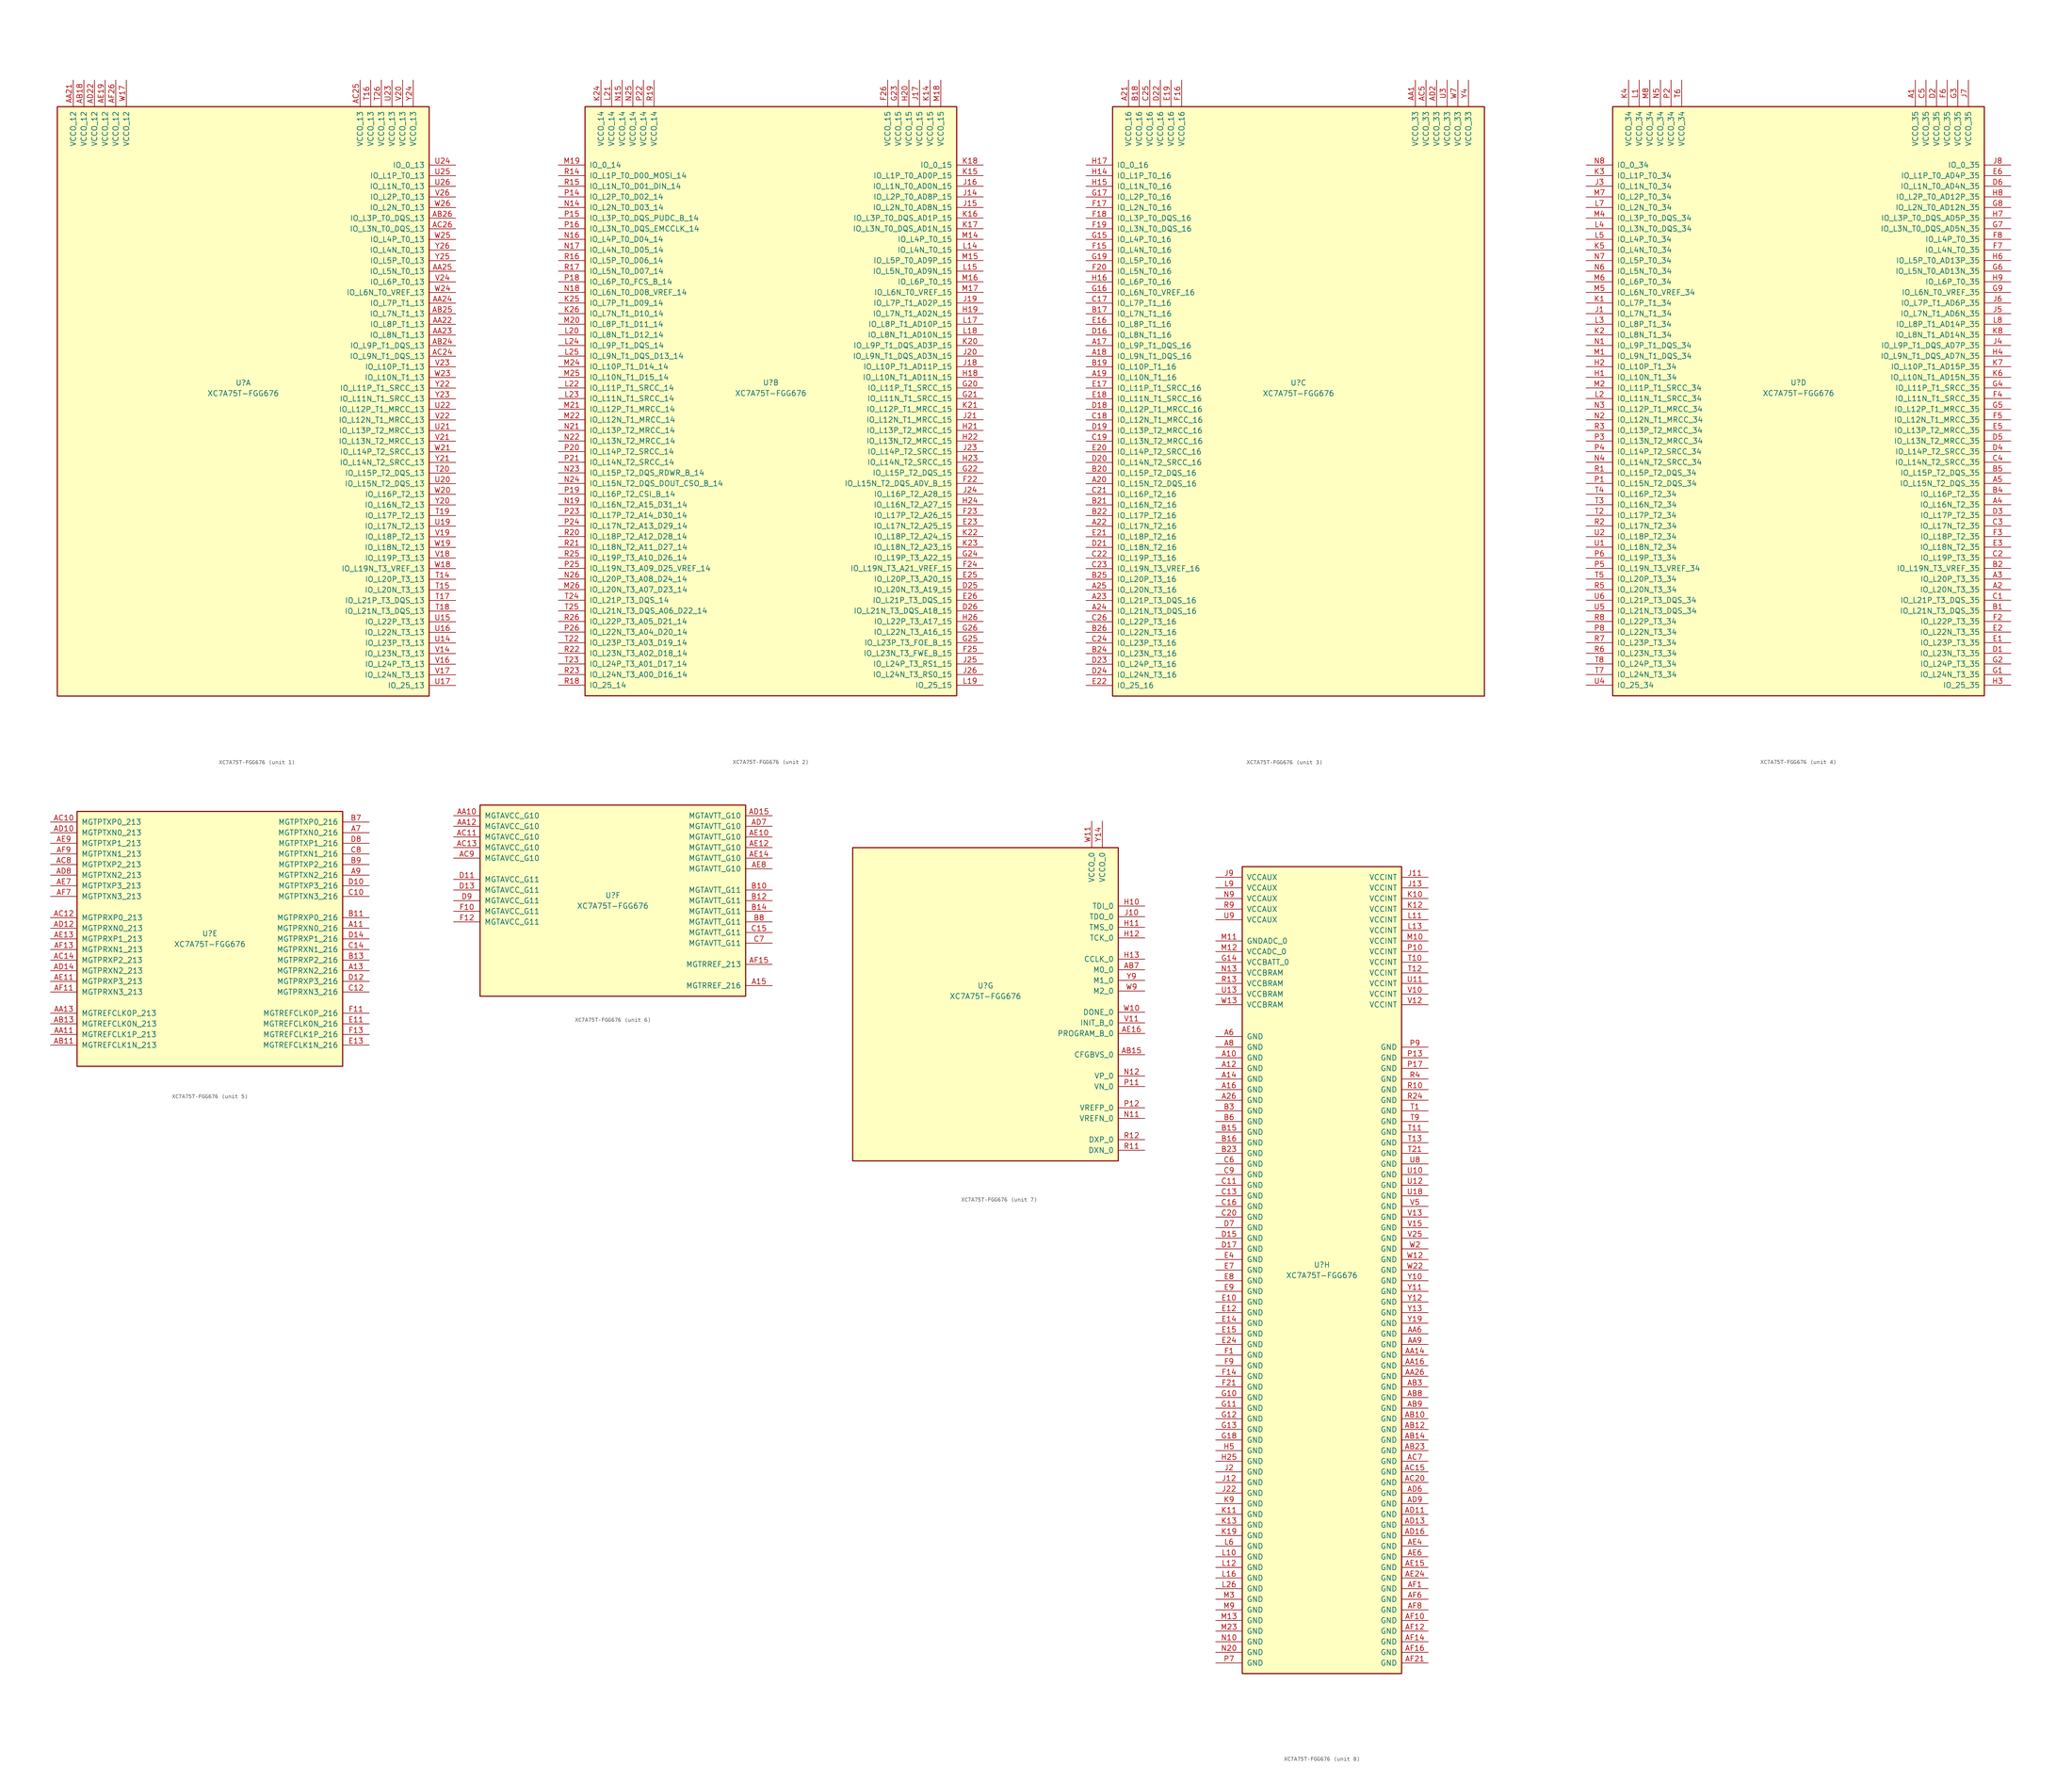
<source format=kicad_sym>
(kicad_symbol_lib
  (version 20231120)
  (generator "kicad_symbol_editor")
  (generator_version "8.0")
  (symbol "XC7A75T-FGG676"
    (pin_names
      (offset 1.016))
    (property "Reference" "U"
      (at 0 1.27 0)
      (effects (font (size 1.27 1.27))))
    (property "Value" "XC7A75T-FGG676"
      (at 0 -1.27 0)
      (effects (font (size 1.27 1.27))))
    (property "Datasheet" ""
      (at 0 0 0)
      (effects (font (size 1.27 1.27))))
    (property "ki_locked" ""
      (at 0 0 0)
      (effects (font (size 1.27 1.27))))
    (symbol "XC7A75T-FGG676_1_1"
      (rectangle (start -44.45 67.31) (end 44.45 -73.66) (stroke (width 0.254) (type solid)) (fill (type background)))
      (pin power_in line (at -40.64 73.66 270) (length 6.35) (name "VCCO_12" (effects (font (size 1.27 1.27)))) (number "AA21" (effects (font (size 1.27 1.27)))))
      (pin bidirectional line (at 50.8 15.24 180) (length 6.35) (name "IO_L8P_T1_13" (effects (font (size 1.27 1.27)))) (number "AA22" (effects (font (size 1.27 1.27)))))
      (pin bidirectional line (at 50.8 12.7 180) (length 6.35) (name "IO_L8N_T1_13" (effects (font (size 1.27 1.27)))) (number "AA23" (effects (font (size 1.27 1.27)))))
      (pin bidirectional line (at 50.8 20.32 180) (length 6.35) (name "IO_L7P_T1_13" (effects (font (size 1.27 1.27)))) (number "AA24" (effects (font (size 1.27 1.27)))))
      (pin bidirectional line (at 50.8 27.94 180) (length 6.35) (name "IO_L5N_T0_13" (effects (font (size 1.27 1.27)))) (number "AA25" (effects (font (size 1.27 1.27)))))
      (pin power_in line (at -38.1 73.66 270) (length 6.35) (name "VCCO_12" (effects (font (size 1.27 1.27)))) (number "AB18" (effects (font (size 1.27 1.27)))))
      (pin bidirectional line (at 50.8 10.16 180) (length 6.35) (name "IO_L9P_T1_DQS_13" (effects (font (size 1.27 1.27)))) (number "AB24" (effects (font (size 1.27 1.27)))))
      (pin bidirectional line (at 50.8 17.78 180) (length 6.35) (name "IO_L7N_T1_13" (effects (font (size 1.27 1.27)))) (number "AB25" (effects (font (size 1.27 1.27)))))
      (pin bidirectional line (at 50.8 40.64 180) (length 6.35) (name "IO_L3P_T0_DQS_13" (effects (font (size 1.27 1.27)))) (number "AB26" (effects (font (size 1.27 1.27)))))
      (pin bidirectional line (at 50.8 7.62 180) (length 6.35) (name "IO_L9N_T1_DQS_13" (effects (font (size 1.27 1.27)))) (number "AC24" (effects (font (size 1.27 1.27)))))
      (pin power_in line (at 27.94 73.66 270) (length 6.35) (name "VCCO_13" (effects (font (size 1.27 1.27)))) (number "AC25" (effects (font (size 1.27 1.27)))))
      (pin bidirectional line (at 50.8 38.1 180) (length 6.35) (name "IO_L3N_T0_DQS_13" (effects (font (size 1.27 1.27)))) (number "AC26" (effects (font (size 1.27 1.27)))))
      (pin power_in line (at -35.56 73.66 270) (length 6.35) (name "VCCO_12" (effects (font (size 1.27 1.27)))) (number "AD22" (effects (font (size 1.27 1.27)))))
      (pin power_in line (at -33.02 73.66 270) (length 6.35) (name "VCCO_12" (effects (font (size 1.27 1.27)))) (number "AE19" (effects (font (size 1.27 1.27)))))
      (pin power_in line (at -30.48 73.66 270) (length 6.35) (name "VCCO_12" (effects (font (size 1.27 1.27)))) (number "AF26" (effects (font (size 1.27 1.27)))))
      (pin bidirectional line (at 50.8 -45.72 180) (length 6.35) (name "IO_L20P_T3_13" (effects (font (size 1.27 1.27)))) (number "T14" (effects (font (size 1.27 1.27)))))
      (pin bidirectional line (at 50.8 -48.26 180) (length 6.35) (name "IO_L20N_T3_13" (effects (font (size 1.27 1.27)))) (number "T15" (effects (font (size 1.27 1.27)))))
      (pin power_in line (at 30.48 73.66 270) (length 6.35) (name "VCCO_13" (effects (font (size 1.27 1.27)))) (number "T16" (effects (font (size 1.27 1.27)))))
      (pin bidirectional line (at 50.8 -50.8 180) (length 6.35) (name "IO_L21P_T3_DQS_13" (effects (font (size 1.27 1.27)))) (number "T17" (effects (font (size 1.27 1.27)))))
      (pin bidirectional line (at 50.8 -53.34 180) (length 6.35) (name "IO_L21N_T3_DQS_13" (effects (font (size 1.27 1.27)))) (number "T18" (effects (font (size 1.27 1.27)))))
      (pin bidirectional line (at 50.8 -30.48 180) (length 6.35) (name "IO_L17P_T2_13" (effects (font (size 1.27 1.27)))) (number "T19" (effects (font (size 1.27 1.27)))))
      (pin bidirectional line (at 50.8 -20.32 180) (length 6.35) (name "IO_L15P_T2_DQS_13" (effects (font (size 1.27 1.27)))) (number "T20" (effects (font (size 1.27 1.27)))))
      (pin power_in line (at 33.02 73.66 270) (length 6.35) (name "VCCO_13" (effects (font (size 1.27 1.27)))) (number "T26" (effects (font (size 1.27 1.27)))))
      (pin bidirectional line (at 50.8 -60.96 180) (length 6.35) (name "IO_L23P_T3_13" (effects (font (size 1.27 1.27)))) (number "U14" (effects (font (size 1.27 1.27)))))
      (pin bidirectional line (at 50.8 -55.88 180) (length 6.35) (name "IO_L22P_T3_13" (effects (font (size 1.27 1.27)))) (number "U15" (effects (font (size 1.27 1.27)))))
      (pin bidirectional line (at 50.8 -58.42 180) (length 6.35) (name "IO_L22N_T3_13" (effects (font (size 1.27 1.27)))) (number "U16" (effects (font (size 1.27 1.27)))))
      (pin bidirectional line (at 50.8 -71.12 180) (length 6.35) (name "IO_25_13" (effects (font (size 1.27 1.27)))) (number "U17" (effects (font (size 1.27 1.27)))))
      (pin bidirectional line (at 50.8 -33.02 180) (length 6.35) (name "IO_L17N_T2_13" (effects (font (size 1.27 1.27)))) (number "U19" (effects (font (size 1.27 1.27)))))
      (pin bidirectional line (at 50.8 -22.86 180) (length 6.35) (name "IO_L15N_T2_DQS_13" (effects (font (size 1.27 1.27)))) (number "U20" (effects (font (size 1.27 1.27)))))
      (pin bidirectional line (at 50.8 -10.16 180) (length 6.35) (name "IO_L13P_T2_MRCC_13" (effects (font (size 1.27 1.27)))) (number "U21" (effects (font (size 1.27 1.27)))))
      (pin bidirectional line (at 50.8 -5.08 180) (length 6.35) (name "IO_L12P_T1_MRCC_13" (effects (font (size 1.27 1.27)))) (number "U22" (effects (font (size 1.27 1.27)))))
      (pin power_in line (at 35.56 73.66 270) (length 6.35) (name "VCCO_13" (effects (font (size 1.27 1.27)))) (number "U23" (effects (font (size 1.27 1.27)))))
      (pin bidirectional line (at 50.8 53.34 180) (length 6.35) (name "IO_0_13" (effects (font (size 1.27 1.27)))) (number "U24" (effects (font (size 1.27 1.27)))))
      (pin bidirectional line (at 50.8 50.8 180) (length 6.35) (name "IO_L1P_T0_13" (effects (font (size 1.27 1.27)))) (number "U25" (effects (font (size 1.27 1.27)))))
      (pin bidirectional line (at 50.8 48.26 180) (length 6.35) (name "IO_L1N_T0_13" (effects (font (size 1.27 1.27)))) (number "U26" (effects (font (size 1.27 1.27)))))
      (pin bidirectional line (at 50.8 -63.5 180) (length 6.35) (name "IO_L23N_T3_13" (effects (font (size 1.27 1.27)))) (number "V14" (effects (font (size 1.27 1.27)))))
      (pin bidirectional line (at 50.8 -66.04 180) (length 6.35) (name "IO_L24P_T3_13" (effects (font (size 1.27 1.27)))) (number "V16" (effects (font (size 1.27 1.27)))))
      (pin bidirectional line (at 50.8 -68.58 180) (length 6.35) (name "IO_L24N_T3_13" (effects (font (size 1.27 1.27)))) (number "V17" (effects (font (size 1.27 1.27)))))
      (pin bidirectional line (at 50.8 -40.64 180) (length 6.35) (name "IO_L19P_T3_13" (effects (font (size 1.27 1.27)))) (number "V18" (effects (font (size 1.27 1.27)))))
      (pin bidirectional line (at 50.8 -35.56 180) (length 6.35) (name "IO_L18P_T2_13" (effects (font (size 1.27 1.27)))) (number "V19" (effects (font (size 1.27 1.27)))))
      (pin power_in line (at 38.1 73.66 270) (length 6.35) (name "VCCO_13" (effects (font (size 1.27 1.27)))) (number "V20" (effects (font (size 1.27 1.27)))))
      (pin bidirectional line (at 50.8 -12.7 180) (length 6.35) (name "IO_L13N_T2_MRCC_13" (effects (font (size 1.27 1.27)))) (number "V21" (effects (font (size 1.27 1.27)))))
      (pin bidirectional line (at 50.8 -7.62 180) (length 6.35) (name "IO_L12N_T1_MRCC_13" (effects (font (size 1.27 1.27)))) (number "V22" (effects (font (size 1.27 1.27)))))
      (pin bidirectional line (at 50.8 5.08 180) (length 6.35) (name "IO_L10P_T1_13" (effects (font (size 1.27 1.27)))) (number "V23" (effects (font (size 1.27 1.27)))))
      (pin bidirectional line (at 50.8 25.4 180) (length 6.35) (name "IO_L6P_T0_13" (effects (font (size 1.27 1.27)))) (number "V24" (effects (font (size 1.27 1.27)))))
      (pin bidirectional line (at 50.8 45.72 180) (length 6.35) (name "IO_L2P_T0_13" (effects (font (size 1.27 1.27)))) (number "V26" (effects (font (size 1.27 1.27)))))
      (pin power_in line (at -27.94 73.66 270) (length 6.35) (name "VCCO_12" (effects (font (size 1.27 1.27)))) (number "W17" (effects (font (size 1.27 1.27)))))
      (pin bidirectional line (at 50.8 -43.18 180) (length 6.35) (name "IO_L19N_T3_VREF_13" (effects (font (size 1.27 1.27)))) (number "W18" (effects (font (size 1.27 1.27)))))
      (pin bidirectional line (at 50.8 -38.1 180) (length 6.35) (name "IO_L18N_T2_13" (effects (font (size 1.27 1.27)))) (number "W19" (effects (font (size 1.27 1.27)))))
      (pin bidirectional line (at 50.8 -25.4 180) (length 6.35) (name "IO_L16P_T2_13" (effects (font (size 1.27 1.27)))) (number "W20" (effects (font (size 1.27 1.27)))))
      (pin bidirectional line (at 50.8 -15.24 180) (length 6.35) (name "IO_L14P_T2_SRCC_13" (effects (font (size 1.27 1.27)))) (number "W21" (effects (font (size 1.27 1.27)))))
      (pin bidirectional line (at 50.8 2.54 180) (length 6.35) (name "IO_L10N_T1_13" (effects (font (size 1.27 1.27)))) (number "W23" (effects (font (size 1.27 1.27)))))
      (pin bidirectional line (at 50.8 22.86 180) (length 6.35) (name "IO_L6N_T0_VREF_13" (effects (font (size 1.27 1.27)))) (number "W24" (effects (font (size 1.27 1.27)))))
      (pin bidirectional line (at 50.8 35.56 180) (length 6.35) (name "IO_L4P_T0_13" (effects (font (size 1.27 1.27)))) (number "W25" (effects (font (size 1.27 1.27)))))
      (pin bidirectional line (at 50.8 43.18 180) (length 6.35) (name "IO_L2N_T0_13" (effects (font (size 1.27 1.27)))) (number "W26" (effects (font (size 1.27 1.27)))))
      (pin bidirectional line (at 50.8 -27.94 180) (length 6.35) (name "IO_L16N_T2_13" (effects (font (size 1.27 1.27)))) (number "Y20" (effects (font (size 1.27 1.27)))))
      (pin bidirectional line (at 50.8 -17.78 180) (length 6.35) (name "IO_L14N_T2_SRCC_13" (effects (font (size 1.27 1.27)))) (number "Y21" (effects (font (size 1.27 1.27)))))
      (pin bidirectional line (at 50.8 0 180) (length 6.35) (name "IO_L11P_T1_SRCC_13" (effects (font (size 1.27 1.27)))) (number "Y22" (effects (font (size 1.27 1.27)))))
      (pin bidirectional line (at 50.8 -2.54 180) (length 6.35) (name "IO_L11N_T1_SRCC_13" (effects (font (size 1.27 1.27)))) (number "Y23" (effects (font (size 1.27 1.27)))))
      (pin power_in line (at 40.64 73.66 270) (length 6.35) (name "VCCO_13" (effects (font (size 1.27 1.27)))) (number "Y24" (effects (font (size 1.27 1.27)))))
      (pin bidirectional line (at 50.8 30.48 180) (length 6.35) (name "IO_L5P_T0_13" (effects (font (size 1.27 1.27)))) (number "Y25" (effects (font (size 1.27 1.27)))))
      (pin bidirectional line (at 50.8 33.02 180) (length 6.35) (name "IO_L4N_T0_13" (effects (font (size 1.27 1.27)))) (number "Y26" (effects (font (size 1.27 1.27))))))
    (symbol "XC7A75T-FGG676_2_1"
      (rectangle (start -44.45 67.31) (end 44.45 -73.66) (stroke (width 0.254) (type solid)) (fill (type background)))
      (pin bidirectional line (at 50.8 -48.26 180) (length 6.35) (name "IO_L20N_T3_A19_15" (effects (font (size 1.27 1.27)))) (number "D25" (effects (font (size 1.27 1.27)))))
      (pin bidirectional line (at 50.8 -53.34 180) (length 6.35) (name "IO_L21N_T3_DQS_A18_15" (effects (font (size 1.27 1.27)))) (number "D26" (effects (font (size 1.27 1.27)))))
      (pin bidirectional line (at 50.8 -33.02 180) (length 6.35) (name "IO_L17N_T2_A25_15" (effects (font (size 1.27 1.27)))) (number "E23" (effects (font (size 1.27 1.27)))))
      (pin bidirectional line (at 50.8 -45.72 180) (length 6.35) (name "IO_L20P_T3_A20_15" (effects (font (size 1.27 1.27)))) (number "E25" (effects (font (size 1.27 1.27)))))
      (pin bidirectional line (at 50.8 -50.8 180) (length 6.35) (name "IO_L21P_T3_DQS_15" (effects (font (size 1.27 1.27)))) (number "E26" (effects (font (size 1.27 1.27)))))
      (pin bidirectional line (at 50.8 -22.86 180) (length 6.35) (name "IO_L15N_T2_DQS_ADV_B_15" (effects (font (size 1.27 1.27)))) (number "F22" (effects (font (size 1.27 1.27)))))
      (pin bidirectional line (at 50.8 -30.48 180) (length 6.35) (name "IO_L17P_T2_A26_15" (effects (font (size 1.27 1.27)))) (number "F23" (effects (font (size 1.27 1.27)))))
      (pin bidirectional line (at 50.8 -43.18 180) (length 6.35) (name "IO_L19N_T3_A21_VREF_15" (effects (font (size 1.27 1.27)))) (number "F24" (effects (font (size 1.27 1.27)))))
      (pin bidirectional line (at 50.8 -63.5 180) (length 6.35) (name "IO_L23N_T3_FWE_B_15" (effects (font (size 1.27 1.27)))) (number "F25" (effects (font (size 1.27 1.27)))))
      (pin power_in line (at 27.94 73.66 270) (length 6.35) (name "VCCO_15" (effects (font (size 1.27 1.27)))) (number "F26" (effects (font (size 1.27 1.27)))))
      (pin bidirectional line (at 50.8 0 180) (length 6.35) (name "IO_L11P_T1_SRCC_15" (effects (font (size 1.27 1.27)))) (number "G20" (effects (font (size 1.27 1.27)))))
      (pin bidirectional line (at 50.8 -2.54 180) (length 6.35) (name "IO_L11N_T1_SRCC_15" (effects (font (size 1.27 1.27)))) (number "G21" (effects (font (size 1.27 1.27)))))
      (pin bidirectional line (at 50.8 -20.32 180) (length 6.35) (name "IO_L15P_T2_DQS_15" (effects (font (size 1.27 1.27)))) (number "G22" (effects (font (size 1.27 1.27)))))
      (pin power_in line (at 30.48 73.66 270) (length 6.35) (name "VCCO_15" (effects (font (size 1.27 1.27)))) (number "G23" (effects (font (size 1.27 1.27)))))
      (pin bidirectional line (at 50.8 -40.64 180) (length 6.35) (name "IO_L19P_T3_A22_15" (effects (font (size 1.27 1.27)))) (number "G24" (effects (font (size 1.27 1.27)))))
      (pin bidirectional line (at 50.8 -60.96 180) (length 6.35) (name "IO_L23P_T3_FOE_B_15" (effects (font (size 1.27 1.27)))) (number "G25" (effects (font (size 1.27 1.27)))))
      (pin bidirectional line (at 50.8 -58.42 180) (length 6.35) (name "IO_L22N_T3_A16_15" (effects (font (size 1.27 1.27)))) (number "G26" (effects (font (size 1.27 1.27)))))
      (pin bidirectional line (at 50.8 2.54 180) (length 6.35) (name "IO_L10N_T1_AD11N_15" (effects (font (size 1.27 1.27)))) (number "H18" (effects (font (size 1.27 1.27)))))
      (pin bidirectional line (at 50.8 17.78 180) (length 6.35) (name "IO_L7N_T1_AD2N_15" (effects (font (size 1.27 1.27)))) (number "H19" (effects (font (size 1.27 1.27)))))
      (pin power_in line (at 33.02 73.66 270) (length 6.35) (name "VCCO_15" (effects (font (size 1.27 1.27)))) (number "H20" (effects (font (size 1.27 1.27)))))
      (pin bidirectional line (at 50.8 -10.16 180) (length 6.35) (name "IO_L13P_T2_MRCC_15" (effects (font (size 1.27 1.27)))) (number "H21" (effects (font (size 1.27 1.27)))))
      (pin bidirectional line (at 50.8 -12.7 180) (length 6.35) (name "IO_L13N_T2_MRCC_15" (effects (font (size 1.27 1.27)))) (number "H22" (effects (font (size 1.27 1.27)))))
      (pin bidirectional line (at 50.8 -17.78 180) (length 6.35) (name "IO_L14N_T2_SRCC_15" (effects (font (size 1.27 1.27)))) (number "H23" (effects (font (size 1.27 1.27)))))
      (pin bidirectional line (at 50.8 -27.94 180) (length 6.35) (name "IO_L16N_T2_A27_15" (effects (font (size 1.27 1.27)))) (number "H24" (effects (font (size 1.27 1.27)))))
      (pin bidirectional line (at 50.8 -55.88 180) (length 6.35) (name "IO_L22P_T3_A17_15" (effects (font (size 1.27 1.27)))) (number "H26" (effects (font (size 1.27 1.27)))))
      (pin bidirectional line (at 50.8 45.72 180) (length 6.35) (name "IO_L2P_T0_AD8P_15" (effects (font (size 1.27 1.27)))) (number "J14" (effects (font (size 1.27 1.27)))))
      (pin bidirectional line (at 50.8 43.18 180) (length 6.35) (name "IO_L2N_T0_AD8N_15" (effects (font (size 1.27 1.27)))) (number "J15" (effects (font (size 1.27 1.27)))))
      (pin bidirectional line (at 50.8 48.26 180) (length 6.35) (name "IO_L1N_T0_AD0N_15" (effects (font (size 1.27 1.27)))) (number "J16" (effects (font (size 1.27 1.27)))))
      (pin power_in line (at 35.56 73.66 270) (length 6.35) (name "VCCO_15" (effects (font (size 1.27 1.27)))) (number "J17" (effects (font (size 1.27 1.27)))))
      (pin bidirectional line (at 50.8 5.08 180) (length 6.35) (name "IO_L10P_T1_AD11P_15" (effects (font (size 1.27 1.27)))) (number "J18" (effects (font (size 1.27 1.27)))))
      (pin bidirectional line (at 50.8 20.32 180) (length 6.35) (name "IO_L7P_T1_AD2P_15" (effects (font (size 1.27 1.27)))) (number "J19" (effects (font (size 1.27 1.27)))))
      (pin bidirectional line (at 50.8 7.62 180) (length 6.35) (name "IO_L9N_T1_DQS_AD3N_15" (effects (font (size 1.27 1.27)))) (number "J20" (effects (font (size 1.27 1.27)))))
      (pin bidirectional line (at 50.8 -7.62 180) (length 6.35) (name "IO_L12N_T1_MRCC_15" (effects (font (size 1.27 1.27)))) (number "J21" (effects (font (size 1.27 1.27)))))
      (pin bidirectional line (at 50.8 -15.24 180) (length 6.35) (name "IO_L14P_T2_SRCC_15" (effects (font (size 1.27 1.27)))) (number "J23" (effects (font (size 1.27 1.27)))))
      (pin bidirectional line (at 50.8 -25.4 180) (length 6.35) (name "IO_L16P_T2_A28_15" (effects (font (size 1.27 1.27)))) (number "J24" (effects (font (size 1.27 1.27)))))
      (pin bidirectional line (at 50.8 -66.04 180) (length 6.35) (name "IO_L24P_T3_RS1_15" (effects (font (size 1.27 1.27)))) (number "J25" (effects (font (size 1.27 1.27)))))
      (pin bidirectional line (at 50.8 -68.58 180) (length 6.35) (name "IO_L24N_T3_RS0_15" (effects (font (size 1.27 1.27)))) (number "J26" (effects (font (size 1.27 1.27)))))
      (pin power_in line (at 38.1 73.66 270) (length 6.35) (name "VCCO_15" (effects (font (size 1.27 1.27)))) (number "K14" (effects (font (size 1.27 1.27)))))
      (pin bidirectional line (at 50.8 50.8 180) (length 6.35) (name "IO_L1P_T0_AD0P_15" (effects (font (size 1.27 1.27)))) (number "K15" (effects (font (size 1.27 1.27)))))
      (pin bidirectional line (at 50.8 40.64 180) (length 6.35) (name "IO_L3P_T0_DQS_AD1P_15" (effects (font (size 1.27 1.27)))) (number "K16" (effects (font (size 1.27 1.27)))))
      (pin bidirectional line (at 50.8 38.1 180) (length 6.35) (name "IO_L3N_T0_DQS_AD1N_15" (effects (font (size 1.27 1.27)))) (number "K17" (effects (font (size 1.27 1.27)))))
      (pin bidirectional line (at 50.8 53.34 180) (length 6.35) (name "IO_0_15" (effects (font (size 1.27 1.27)))) (number "K18" (effects (font (size 1.27 1.27)))))
      (pin bidirectional line (at 50.8 10.16 180) (length 6.35) (name "IO_L9P_T1_DQS_AD3P_15" (effects (font (size 1.27 1.27)))) (number "K20" (effects (font (size 1.27 1.27)))))
      (pin bidirectional line (at 50.8 -5.08 180) (length 6.35) (name "IO_L12P_T1_MRCC_15" (effects (font (size 1.27 1.27)))) (number "K21" (effects (font (size 1.27 1.27)))))
      (pin bidirectional line (at 50.8 -35.56 180) (length 6.35) (name "IO_L18P_T2_A24_15" (effects (font (size 1.27 1.27)))) (number "K22" (effects (font (size 1.27 1.27)))))
      (pin bidirectional line (at 50.8 -38.1 180) (length 6.35) (name "IO_L18N_T2_A23_15" (effects (font (size 1.27 1.27)))) (number "K23" (effects (font (size 1.27 1.27)))))
      (pin power_in line (at -40.64 73.66 270) (length 6.35) (name "VCCO_14" (effects (font (size 1.27 1.27)))) (number "K24" (effects (font (size 1.27 1.27)))))
      (pin bidirectional line (at -50.8 20.32 0) (length 6.35) (name "IO_L7P_T1_D09_14" (effects (font (size 1.27 1.27)))) (number "K25" (effects (font (size 1.27 1.27)))))
      (pin bidirectional line (at -50.8 17.78 0) (length 6.35) (name "IO_L7N_T1_D10_14" (effects (font (size 1.27 1.27)))) (number "K26" (effects (font (size 1.27 1.27)))))
      (pin bidirectional line (at 50.8 33.02 180) (length 6.35) (name "IO_L4N_T0_15" (effects (font (size 1.27 1.27)))) (number "L14" (effects (font (size 1.27 1.27)))))
      (pin bidirectional line (at 50.8 27.94 180) (length 6.35) (name "IO_L5N_T0_AD9N_15" (effects (font (size 1.27 1.27)))) (number "L15" (effects (font (size 1.27 1.27)))))
      (pin bidirectional line (at 50.8 15.24 180) (length 6.35) (name "IO_L8P_T1_AD10P_15" (effects (font (size 1.27 1.27)))) (number "L17" (effects (font (size 1.27 1.27)))))
      (pin bidirectional line (at 50.8 12.7 180) (length 6.35) (name "IO_L8N_T1_AD10N_15" (effects (font (size 1.27 1.27)))) (number "L18" (effects (font (size 1.27 1.27)))))
      (pin bidirectional line (at 50.8 -71.12 180) (length 6.35) (name "IO_25_15" (effects (font (size 1.27 1.27)))) (number "L19" (effects (font (size 1.27 1.27)))))
      (pin bidirectional line (at -50.8 12.7 0) (length 6.35) (name "IO_L8N_T1_D12_14" (effects (font (size 1.27 1.27)))) (number "L20" (effects (font (size 1.27 1.27)))))
      (pin power_in line (at -38.1 73.66 270) (length 6.35) (name "VCCO_14" (effects (font (size 1.27 1.27)))) (number "L21" (effects (font (size 1.27 1.27)))))
      (pin bidirectional line (at -50.8 0 0) (length 6.35) (name "IO_L11P_T1_SRCC_14" (effects (font (size 1.27 1.27)))) (number "L22" (effects (font (size 1.27 1.27)))))
      (pin bidirectional line (at -50.8 -2.54 0) (length 6.35) (name "IO_L11N_T1_SRCC_14" (effects (font (size 1.27 1.27)))) (number "L23" (effects (font (size 1.27 1.27)))))
      (pin bidirectional line (at -50.8 10.16 0) (length 6.35) (name "IO_L9P_T1_DQS_14" (effects (font (size 1.27 1.27)))) (number "L24" (effects (font (size 1.27 1.27)))))
      (pin bidirectional line (at -50.8 7.62 0) (length 6.35) (name "IO_L9N_T1_DQS_D13_14" (effects (font (size 1.27 1.27)))) (number "L25" (effects (font (size 1.27 1.27)))))
      (pin bidirectional line (at 50.8 35.56 180) (length 6.35) (name "IO_L4P_T0_15" (effects (font (size 1.27 1.27)))) (number "M14" (effects (font (size 1.27 1.27)))))
      (pin bidirectional line (at 50.8 30.48 180) (length 6.35) (name "IO_L5P_T0_AD9P_15" (effects (font (size 1.27 1.27)))) (number "M15" (effects (font (size 1.27 1.27)))))
      (pin bidirectional line (at 50.8 25.4 180) (length 6.35) (name "IO_L6P_T0_15" (effects (font (size 1.27 1.27)))) (number "M16" (effects (font (size 1.27 1.27)))))
      (pin bidirectional line (at 50.8 22.86 180) (length 6.35) (name "IO_L6N_T0_VREF_15" (effects (font (size 1.27 1.27)))) (number "M17" (effects (font (size 1.27 1.27)))))
      (pin power_in line (at 40.64 73.66 270) (length 6.35) (name "VCCO_15" (effects (font (size 1.27 1.27)))) (number "M18" (effects (font (size 1.27 1.27)))))
      (pin bidirectional line (at -50.8 53.34 0) (length 6.35) (name "IO_0_14" (effects (font (size 1.27 1.27)))) (number "M19" (effects (font (size 1.27 1.27)))))
      (pin bidirectional line (at -50.8 15.24 0) (length 6.35) (name "IO_L8P_T1_D11_14" (effects (font (size 1.27 1.27)))) (number "M20" (effects (font (size 1.27 1.27)))))
      (pin bidirectional line (at -50.8 -5.08 0) (length 6.35) (name "IO_L12P_T1_MRCC_14" (effects (font (size 1.27 1.27)))) (number "M21" (effects (font (size 1.27 1.27)))))
      (pin bidirectional line (at -50.8 -7.62 0) (length 6.35) (name "IO_L12N_T1_MRCC_14" (effects (font (size 1.27 1.27)))) (number "M22" (effects (font (size 1.27 1.27)))))
      (pin bidirectional line (at -50.8 5.08 0) (length 6.35) (name "IO_L10P_T1_D14_14" (effects (font (size 1.27 1.27)))) (number "M24" (effects (font (size 1.27 1.27)))))
      (pin bidirectional line (at -50.8 2.54 0) (length 6.35) (name "IO_L10N_T1_D15_14" (effects (font (size 1.27 1.27)))) (number "M25" (effects (font (size 1.27 1.27)))))
      (pin bidirectional line (at -50.8 -48.26 0) (length 6.35) (name "IO_L20N_T3_A07_D23_14" (effects (font (size 1.27 1.27)))) (number "M26" (effects (font (size 1.27 1.27)))))
      (pin bidirectional line (at -50.8 43.18 0) (length 6.35) (name "IO_L2N_T0_D03_14" (effects (font (size 1.27 1.27)))) (number "N14" (effects (font (size 1.27 1.27)))))
      (pin power_in line (at -35.56 73.66 270) (length 6.35) (name "VCCO_14" (effects (font (size 1.27 1.27)))) (number "N15" (effects (font (size 1.27 1.27)))))
      (pin bidirectional line (at -50.8 35.56 0) (length 6.35) (name "IO_L4P_T0_D04_14" (effects (font (size 1.27 1.27)))) (number "N16" (effects (font (size 1.27 1.27)))))
      (pin bidirectional line (at -50.8 33.02 0) (length 6.35) (name "IO_L4N_T0_D05_14" (effects (font (size 1.27 1.27)))) (number "N17" (effects (font (size 1.27 1.27)))))
      (pin bidirectional line (at -50.8 22.86 0) (length 6.35) (name "IO_L6N_T0_D08_VREF_14" (effects (font (size 1.27 1.27)))) (number "N18" (effects (font (size 1.27 1.27)))))
      (pin bidirectional line (at -50.8 -27.94 0) (length 6.35) (name "IO_L16N_T2_A15_D31_14" (effects (font (size 1.27 1.27)))) (number "N19" (effects (font (size 1.27 1.27)))))
      (pin bidirectional line (at -50.8 -10.16 0) (length 6.35) (name "IO_L13P_T2_MRCC_14" (effects (font (size 1.27 1.27)))) (number "N21" (effects (font (size 1.27 1.27)))))
      (pin bidirectional line (at -50.8 -12.7 0) (length 6.35) (name "IO_L13N_T2_MRCC_14" (effects (font (size 1.27 1.27)))) (number "N22" (effects (font (size 1.27 1.27)))))
      (pin bidirectional line (at -50.8 -20.32 0) (length 6.35) (name "IO_L15P_T2_DQS_RDWR_B_14" (effects (font (size 1.27 1.27)))) (number "N23" (effects (font (size 1.27 1.27)))))
      (pin bidirectional line (at -50.8 -22.86 0) (length 6.35) (name "IO_L15N_T2_DQS_DOUT_CSO_B_14" (effects (font (size 1.27 1.27)))) (number "N24" (effects (font (size 1.27 1.27)))))
      (pin power_in line (at -33.02 73.66 270) (length 6.35) (name "VCCO_14" (effects (font (size 1.27 1.27)))) (number "N25" (effects (font (size 1.27 1.27)))))
      (pin bidirectional line (at -50.8 -45.72 0) (length 6.35) (name "IO_L20P_T3_A08_D24_14" (effects (font (size 1.27 1.27)))) (number "N26" (effects (font (size 1.27 1.27)))))
      (pin bidirectional line (at -50.8 45.72 0) (length 6.35) (name "IO_L2P_T0_D02_14" (effects (font (size 1.27 1.27)))) (number "P14" (effects (font (size 1.27 1.27)))))
      (pin bidirectional line (at -50.8 40.64 0) (length 6.35) (name "IO_L3P_T0_DQS_PUDC_B_14" (effects (font (size 1.27 1.27)))) (number "P15" (effects (font (size 1.27 1.27)))))
      (pin bidirectional line (at -50.8 38.1 0) (length 6.35) (name "IO_L3N_T0_DQS_EMCCLK_14" (effects (font (size 1.27 1.27)))) (number "P16" (effects (font (size 1.27 1.27)))))
      (pin bidirectional line (at -50.8 25.4 0) (length 6.35) (name "IO_L6P_T0_FCS_B_14" (effects (font (size 1.27 1.27)))) (number "P18" (effects (font (size 1.27 1.27)))))
      (pin bidirectional line (at -50.8 -25.4 0) (length 6.35) (name "IO_L16P_T2_CSI_B_14" (effects (font (size 1.27 1.27)))) (number "P19" (effects (font (size 1.27 1.27)))))
      (pin bidirectional line (at -50.8 -15.24 0) (length 6.35) (name "IO_L14P_T2_SRCC_14" (effects (font (size 1.27 1.27)))) (number "P20" (effects (font (size 1.27 1.27)))))
      (pin bidirectional line (at -50.8 -17.78 0) (length 6.35) (name "IO_L14N_T2_SRCC_14" (effects (font (size 1.27 1.27)))) (number "P21" (effects (font (size 1.27 1.27)))))
      (pin power_in line (at -30.48 73.66 270) (length 6.35) (name "VCCO_14" (effects (font (size 1.27 1.27)))) (number "P22" (effects (font (size 1.27 1.27)))))
      (pin bidirectional line (at -50.8 -30.48 0) (length 6.35) (name "IO_L17P_T2_A14_D30_14" (effects (font (size 1.27 1.27)))) (number "P23" (effects (font (size 1.27 1.27)))))
      (pin bidirectional line (at -50.8 -33.02 0) (length 6.35) (name "IO_L17N_T2_A13_D29_14" (effects (font (size 1.27 1.27)))) (number "P24" (effects (font (size 1.27 1.27)))))
      (pin bidirectional line (at -50.8 -43.18 0) (length 6.35) (name "IO_L19N_T3_A09_D25_VREF_14" (effects (font (size 1.27 1.27)))) (number "P25" (effects (font (size 1.27 1.27)))))
      (pin bidirectional line (at -50.8 -58.42 0) (length 6.35) (name "IO_L22N_T3_A04_D20_14" (effects (font (size 1.27 1.27)))) (number "P26" (effects (font (size 1.27 1.27)))))
      (pin bidirectional line (at -50.8 50.8 0) (length 6.35) (name "IO_L1P_T0_D00_MOSI_14" (effects (font (size 1.27 1.27)))) (number "R14" (effects (font (size 1.27 1.27)))))
      (pin bidirectional line (at -50.8 48.26 0) (length 6.35) (name "IO_L1N_T0_D01_DIN_14" (effects (font (size 1.27 1.27)))) (number "R15" (effects (font (size 1.27 1.27)))))
      (pin bidirectional line (at -50.8 30.48 0) (length 6.35) (name "IO_L5P_T0_D06_14" (effects (font (size 1.27 1.27)))) (number "R16" (effects (font (size 1.27 1.27)))))
      (pin bidirectional line (at -50.8 27.94 0) (length 6.35) (name "IO_L5N_T0_D07_14" (effects (font (size 1.27 1.27)))) (number "R17" (effects (font (size 1.27 1.27)))))
      (pin bidirectional line (at -50.8 -71.12 0) (length 6.35) (name "IO_25_14" (effects (font (size 1.27 1.27)))) (number "R18" (effects (font (size 1.27 1.27)))))
      (pin power_in line (at -27.94 73.66 270) (length 6.35) (name "VCCO_14" (effects (font (size 1.27 1.27)))) (number "R19" (effects (font (size 1.27 1.27)))))
      (pin bidirectional line (at -50.8 -35.56 0) (length 6.35) (name "IO_L18P_T2_A12_D28_14" (effects (font (size 1.27 1.27)))) (number "R20" (effects (font (size 1.27 1.27)))))
      (pin bidirectional line (at -50.8 -38.1 0) (length 6.35) (name "IO_L18N_T2_A11_D27_14" (effects (font (size 1.27 1.27)))) (number "R21" (effects (font (size 1.27 1.27)))))
      (pin bidirectional line (at -50.8 -63.5 0) (length 6.35) (name "IO_L23N_T3_A02_D18_14" (effects (font (size 1.27 1.27)))) (number "R22" (effects (font (size 1.27 1.27)))))
      (pin bidirectional line (at -50.8 -68.58 0) (length 6.35) (name "IO_L24N_T3_A00_D16_14" (effects (font (size 1.27 1.27)))) (number "R23" (effects (font (size 1.27 1.27)))))
      (pin bidirectional line (at -50.8 -40.64 0) (length 6.35) (name "IO_L19P_T3_A10_D26_14" (effects (font (size 1.27 1.27)))) (number "R25" (effects (font (size 1.27 1.27)))))
      (pin bidirectional line (at -50.8 -55.88 0) (length 6.35) (name "IO_L22P_T3_A05_D21_14" (effects (font (size 1.27 1.27)))) (number "R26" (effects (font (size 1.27 1.27)))))
      (pin bidirectional line (at -50.8 -60.96 0) (length 6.35) (name "IO_L23P_T3_A03_D19_14" (effects (font (size 1.27 1.27)))) (number "T22" (effects (font (size 1.27 1.27)))))
      (pin bidirectional line (at -50.8 -66.04 0) (length 6.35) (name "IO_L24P_T3_A01_D17_14" (effects (font (size 1.27 1.27)))) (number "T23" (effects (font (size 1.27 1.27)))))
      (pin bidirectional line (at -50.8 -50.8 0) (length 6.35) (name "IO_L21P_T3_DQS_14" (effects (font (size 1.27 1.27)))) (number "T24" (effects (font (size 1.27 1.27)))))
      (pin bidirectional line (at -50.8 -53.34 0) (length 6.35) (name "IO_L21N_T3_DQS_A06_D22_14" (effects (font (size 1.27 1.27)))) (number "T25" (effects (font (size 1.27 1.27))))))
    (symbol "XC7A75T-FGG676_3_1"
      (rectangle (start -44.45 67.31) (end 44.45 -73.66) (stroke (width 0.254) (type solid)) (fill (type background)))
      (pin bidirectional line (at -50.8 10.16 0) (length 6.35) (name "IO_L9P_T1_DQS_16" (effects (font (size 1.27 1.27)))) (number "A17" (effects (font (size 1.27 1.27)))))
      (pin bidirectional line (at -50.8 7.62 0) (length 6.35) (name "IO_L9N_T1_DQS_16" (effects (font (size 1.27 1.27)))) (number "A18" (effects (font (size 1.27 1.27)))))
      (pin bidirectional line (at -50.8 2.54 0) (length 6.35) (name "IO_L10N_T1_16" (effects (font (size 1.27 1.27)))) (number "A19" (effects (font (size 1.27 1.27)))))
      (pin bidirectional line (at -50.8 -22.86 0) (length 6.35) (name "IO_L15N_T2_DQS_16" (effects (font (size 1.27 1.27)))) (number "A20" (effects (font (size 1.27 1.27)))))
      (pin power_in line (at -40.64 73.66 270) (length 6.35) (name "VCCO_16" (effects (font (size 1.27 1.27)))) (number "A21" (effects (font (size 1.27 1.27)))))
      (pin bidirectional line (at -50.8 -33.02 0) (length 6.35) (name "IO_L17N_T2_16" (effects (font (size 1.27 1.27)))) (number "A22" (effects (font (size 1.27 1.27)))))
      (pin bidirectional line (at -50.8 -50.8 0) (length 6.35) (name "IO_L21P_T3_DQS_16" (effects (font (size 1.27 1.27)))) (number "A23" (effects (font (size 1.27 1.27)))))
      (pin bidirectional line (at -50.8 -53.34 0) (length 6.35) (name "IO_L21N_T3_DQS_16" (effects (font (size 1.27 1.27)))) (number "A24" (effects (font (size 1.27 1.27)))))
      (pin bidirectional line (at -50.8 -48.26 0) (length 6.35) (name "IO_L20N_T3_16" (effects (font (size 1.27 1.27)))) (number "A25" (effects (font (size 1.27 1.27)))))
      (pin power_in line (at 27.94 73.66 270) (length 6.35) (name "VCCO_33" (effects (font (size 1.27 1.27)))) (number "AA1" (effects (font (size 1.27 1.27)))))
      (pin power_in line (at 30.48 73.66 270) (length 6.35) (name "VCCO_33" (effects (font (size 1.27 1.27)))) (number "AC5" (effects (font (size 1.27 1.27)))))
      (pin power_in line (at 33.02 73.66 270) (length 6.35) (name "VCCO_33" (effects (font (size 1.27 1.27)))) (number "AD2" (effects (font (size 1.27 1.27)))))
      (pin bidirectional line (at -50.8 17.78 0) (length 6.35) (name "IO_L7N_T1_16" (effects (font (size 1.27 1.27)))) (number "B17" (effects (font (size 1.27 1.27)))))
      (pin power_in line (at -38.1 73.66 270) (length 6.35) (name "VCCO_16" (effects (font (size 1.27 1.27)))) (number "B18" (effects (font (size 1.27 1.27)))))
      (pin bidirectional line (at -50.8 5.08 0) (length 6.35) (name "IO_L10P_T1_16" (effects (font (size 1.27 1.27)))) (number "B19" (effects (font (size 1.27 1.27)))))
      (pin bidirectional line (at -50.8 -20.32 0) (length 6.35) (name "IO_L15P_T2_DQS_16" (effects (font (size 1.27 1.27)))) (number "B20" (effects (font (size 1.27 1.27)))))
      (pin bidirectional line (at -50.8 -27.94 0) (length 6.35) (name "IO_L16N_T2_16" (effects (font (size 1.27 1.27)))) (number "B21" (effects (font (size 1.27 1.27)))))
      (pin bidirectional line (at -50.8 -30.48 0) (length 6.35) (name "IO_L17P_T2_16" (effects (font (size 1.27 1.27)))) (number "B22" (effects (font (size 1.27 1.27)))))
      (pin bidirectional line (at -50.8 -63.5 0) (length 6.35) (name "IO_L23N_T3_16" (effects (font (size 1.27 1.27)))) (number "B24" (effects (font (size 1.27 1.27)))))
      (pin bidirectional line (at -50.8 -45.72 0) (length 6.35) (name "IO_L20P_T3_16" (effects (font (size 1.27 1.27)))) (number "B25" (effects (font (size 1.27 1.27)))))
      (pin bidirectional line (at -50.8 -58.42 0) (length 6.35) (name "IO_L22N_T3_16" (effects (font (size 1.27 1.27)))) (number "B26" (effects (font (size 1.27 1.27)))))
      (pin bidirectional line (at -50.8 20.32 0) (length 6.35) (name "IO_L7P_T1_16" (effects (font (size 1.27 1.27)))) (number "C17" (effects (font (size 1.27 1.27)))))
      (pin bidirectional line (at -50.8 -7.62 0) (length 6.35) (name "IO_L12N_T1_MRCC_16" (effects (font (size 1.27 1.27)))) (number "C18" (effects (font (size 1.27 1.27)))))
      (pin bidirectional line (at -50.8 -12.7 0) (length 6.35) (name "IO_L13N_T2_MRCC_16" (effects (font (size 1.27 1.27)))) (number "C19" (effects (font (size 1.27 1.27)))))
      (pin bidirectional line (at -50.8 -25.4 0) (length 6.35) (name "IO_L16P_T2_16" (effects (font (size 1.27 1.27)))) (number "C21" (effects (font (size 1.27 1.27)))))
      (pin bidirectional line (at -50.8 -40.64 0) (length 6.35) (name "IO_L19P_T3_16" (effects (font (size 1.27 1.27)))) (number "C22" (effects (font (size 1.27 1.27)))))
      (pin bidirectional line (at -50.8 -43.18 0) (length 6.35) (name "IO_L19N_T3_VREF_16" (effects (font (size 1.27 1.27)))) (number "C23" (effects (font (size 1.27 1.27)))))
      (pin bidirectional line (at -50.8 -60.96 0) (length 6.35) (name "IO_L23P_T3_16" (effects (font (size 1.27 1.27)))) (number "C24" (effects (font (size 1.27 1.27)))))
      (pin power_in line (at -35.56 73.66 270) (length 6.35) (name "VCCO_16" (effects (font (size 1.27 1.27)))) (number "C25" (effects (font (size 1.27 1.27)))))
      (pin bidirectional line (at -50.8 -55.88 0) (length 6.35) (name "IO_L22P_T3_16" (effects (font (size 1.27 1.27)))) (number "C26" (effects (font (size 1.27 1.27)))))
      (pin bidirectional line (at -50.8 12.7 0) (length 6.35) (name "IO_L8N_T1_16" (effects (font (size 1.27 1.27)))) (number "D16" (effects (font (size 1.27 1.27)))))
      (pin bidirectional line (at -50.8 -5.08 0) (length 6.35) (name "IO_L12P_T1_MRCC_16" (effects (font (size 1.27 1.27)))) (number "D18" (effects (font (size 1.27 1.27)))))
      (pin bidirectional line (at -50.8 -10.16 0) (length 6.35) (name "IO_L13P_T2_MRCC_16" (effects (font (size 1.27 1.27)))) (number "D19" (effects (font (size 1.27 1.27)))))
      (pin bidirectional line (at -50.8 -17.78 0) (length 6.35) (name "IO_L14N_T2_SRCC_16" (effects (font (size 1.27 1.27)))) (number "D20" (effects (font (size 1.27 1.27)))))
      (pin bidirectional line (at -50.8 -38.1 0) (length 6.35) (name "IO_L18N_T2_16" (effects (font (size 1.27 1.27)))) (number "D21" (effects (font (size 1.27 1.27)))))
      (pin power_in line (at -33.02 73.66 270) (length 6.35) (name "VCCO_16" (effects (font (size 1.27 1.27)))) (number "D22" (effects (font (size 1.27 1.27)))))
      (pin bidirectional line (at -50.8 -66.04 0) (length 6.35) (name "IO_L24P_T3_16" (effects (font (size 1.27 1.27)))) (number "D23" (effects (font (size 1.27 1.27)))))
      (pin bidirectional line (at -50.8 -68.58 0) (length 6.35) (name "IO_L24N_T3_16" (effects (font (size 1.27 1.27)))) (number "D24" (effects (font (size 1.27 1.27)))))
      (pin bidirectional line (at -50.8 15.24 0) (length 6.35) (name "IO_L8P_T1_16" (effects (font (size 1.27 1.27)))) (number "E16" (effects (font (size 1.27 1.27)))))
      (pin bidirectional line (at -50.8 0 0) (length 6.35) (name "IO_L11P_T1_SRCC_16" (effects (font (size 1.27 1.27)))) (number "E17" (effects (font (size 1.27 1.27)))))
      (pin bidirectional line (at -50.8 -2.54 0) (length 6.35) (name "IO_L11N_T1_SRCC_16" (effects (font (size 1.27 1.27)))) (number "E18" (effects (font (size 1.27 1.27)))))
      (pin power_in line (at -30.48 73.66 270) (length 6.35) (name "VCCO_16" (effects (font (size 1.27 1.27)))) (number "E19" (effects (font (size 1.27 1.27)))))
      (pin bidirectional line (at -50.8 -15.24 0) (length 6.35) (name "IO_L14P_T2_SRCC_16" (effects (font (size 1.27 1.27)))) (number "E20" (effects (font (size 1.27 1.27)))))
      (pin bidirectional line (at -50.8 -35.56 0) (length 6.35) (name "IO_L18P_T2_16" (effects (font (size 1.27 1.27)))) (number "E21" (effects (font (size 1.27 1.27)))))
      (pin bidirectional line (at -50.8 -71.12 0) (length 6.35) (name "IO_25_16" (effects (font (size 1.27 1.27)))) (number "E22" (effects (font (size 1.27 1.27)))))
      (pin bidirectional line (at -50.8 33.02 0) (length 6.35) (name "IO_L4N_T0_16" (effects (font (size 1.27 1.27)))) (number "F15" (effects (font (size 1.27 1.27)))))
      (pin power_in line (at -27.94 73.66 270) (length 6.35) (name "VCCO_16" (effects (font (size 1.27 1.27)))) (number "F16" (effects (font (size 1.27 1.27)))))
      (pin bidirectional line (at -50.8 43.18 0) (length 6.35) (name "IO_L2N_T0_16" (effects (font (size 1.27 1.27)))) (number "F17" (effects (font (size 1.27 1.27)))))
      (pin bidirectional line (at -50.8 40.64 0) (length 6.35) (name "IO_L3P_T0_DQS_16" (effects (font (size 1.27 1.27)))) (number "F18" (effects (font (size 1.27 1.27)))))
      (pin bidirectional line (at -50.8 38.1 0) (length 6.35) (name "IO_L3N_T0_DQS_16" (effects (font (size 1.27 1.27)))) (number "F19" (effects (font (size 1.27 1.27)))))
      (pin bidirectional line (at -50.8 27.94 0) (length 6.35) (name "IO_L5N_T0_16" (effects (font (size 1.27 1.27)))) (number "F20" (effects (font (size 1.27 1.27)))))
      (pin bidirectional line (at -50.8 35.56 0) (length 6.35) (name "IO_L4P_T0_16" (effects (font (size 1.27 1.27)))) (number "G15" (effects (font (size 1.27 1.27)))))
      (pin bidirectional line (at -50.8 22.86 0) (length 6.35) (name "IO_L6N_T0_VREF_16" (effects (font (size 1.27 1.27)))) (number "G16" (effects (font (size 1.27 1.27)))))
      (pin bidirectional line (at -50.8 45.72 0) (length 6.35) (name "IO_L2P_T0_16" (effects (font (size 1.27 1.27)))) (number "G17" (effects (font (size 1.27 1.27)))))
      (pin bidirectional line (at -50.8 30.48 0) (length 6.35) (name "IO_L5P_T0_16" (effects (font (size 1.27 1.27)))) (number "G19" (effects (font (size 1.27 1.27)))))
      (pin bidirectional line (at -50.8 50.8 0) (length 6.35) (name "IO_L1P_T0_16" (effects (font (size 1.27 1.27)))) (number "H14" (effects (font (size 1.27 1.27)))))
      (pin bidirectional line (at -50.8 48.26 0) (length 6.35) (name "IO_L1N_T0_16" (effects (font (size 1.27 1.27)))) (number "H15" (effects (font (size 1.27 1.27)))))
      (pin bidirectional line (at -50.8 25.4 0) (length 6.35) (name "IO_L6P_T0_16" (effects (font (size 1.27 1.27)))) (number "H16" (effects (font (size 1.27 1.27)))))
      (pin bidirectional line (at -50.8 53.34 0) (length 6.35) (name "IO_0_16" (effects (font (size 1.27 1.27)))) (number "H17" (effects (font (size 1.27 1.27)))))
      (pin power_in line (at 35.56 73.66 270) (length 6.35) (name "VCCO_33" (effects (font (size 1.27 1.27)))) (number "U3" (effects (font (size 1.27 1.27)))))
      (pin power_in line (at 38.1 73.66 270) (length 6.35) (name "VCCO_33" (effects (font (size 1.27 1.27)))) (number "W7" (effects (font (size 1.27 1.27)))))
      (pin power_in line (at 40.64 73.66 270) (length 6.35) (name "VCCO_33" (effects (font (size 1.27 1.27)))) (number "Y4" (effects (font (size 1.27 1.27))))))
    (symbol "XC7A75T-FGG676_4_1"
      (rectangle (start -44.45 67.31) (end 44.45 -73.66) (stroke (width 0.254) (type solid)) (fill (type background)))
      (pin power_in line (at 27.94 73.66 270) (length 6.35) (name "VCCO_35" (effects (font (size 1.27 1.27)))) (number "A1" (effects (font (size 1.27 1.27)))))
      (pin bidirectional line (at 50.8 -48.26 180) (length 6.35) (name "IO_L20N_T3_35" (effects (font (size 1.27 1.27)))) (number "A2" (effects (font (size 1.27 1.27)))))
      (pin bidirectional line (at 50.8 -45.72 180) (length 6.35) (name "IO_L20P_T3_35" (effects (font (size 1.27 1.27)))) (number "A3" (effects (font (size 1.27 1.27)))))
      (pin bidirectional line (at 50.8 -27.94 180) (length 6.35) (name "IO_L16N_T2_35" (effects (font (size 1.27 1.27)))) (number "A4" (effects (font (size 1.27 1.27)))))
      (pin bidirectional line (at 50.8 -22.86 180) (length 6.35) (name "IO_L15N_T2_DQS_35" (effects (font (size 1.27 1.27)))) (number "A5" (effects (font (size 1.27 1.27)))))
      (pin bidirectional line (at 50.8 -53.34 180) (length 6.35) (name "IO_L21N_T3_DQS_35" (effects (font (size 1.27 1.27)))) (number "B1" (effects (font (size 1.27 1.27)))))
      (pin bidirectional line (at 50.8 -43.18 180) (length 6.35) (name "IO_L19N_T3_VREF_35" (effects (font (size 1.27 1.27)))) (number "B2" (effects (font (size 1.27 1.27)))))
      (pin bidirectional line (at 50.8 -25.4 180) (length 6.35) (name "IO_L16P_T2_35" (effects (font (size 1.27 1.27)))) (number "B4" (effects (font (size 1.27 1.27)))))
      (pin bidirectional line (at 50.8 -20.32 180) (length 6.35) (name "IO_L15P_T2_DQS_35" (effects (font (size 1.27 1.27)))) (number "B5" (effects (font (size 1.27 1.27)))))
      (pin bidirectional line (at 50.8 -50.8 180) (length 6.35) (name "IO_L21P_T3_DQS_35" (effects (font (size 1.27 1.27)))) (number "C1" (effects (font (size 1.27 1.27)))))
      (pin bidirectional line (at 50.8 -40.64 180) (length 6.35) (name "IO_L19P_T3_35" (effects (font (size 1.27 1.27)))) (number "C2" (effects (font (size 1.27 1.27)))))
      (pin bidirectional line (at 50.8 -33.02 180) (length 6.35) (name "IO_L17N_T2_35" (effects (font (size 1.27 1.27)))) (number "C3" (effects (font (size 1.27 1.27)))))
      (pin bidirectional line (at 50.8 -17.78 180) (length 6.35) (name "IO_L14N_T2_SRCC_35" (effects (font (size 1.27 1.27)))) (number "C4" (effects (font (size 1.27 1.27)))))
      (pin power_in line (at 30.48 73.66 270) (length 6.35) (name "VCCO_35" (effects (font (size 1.27 1.27)))) (number "C5" (effects (font (size 1.27 1.27)))))
      (pin bidirectional line (at 50.8 -63.5 180) (length 6.35) (name "IO_L23N_T3_35" (effects (font (size 1.27 1.27)))) (number "D1" (effects (font (size 1.27 1.27)))))
      (pin power_in line (at 33.02 73.66 270) (length 6.35) (name "VCCO_35" (effects (font (size 1.27 1.27)))) (number "D2" (effects (font (size 1.27 1.27)))))
      (pin bidirectional line (at 50.8 -30.48 180) (length 6.35) (name "IO_L17P_T2_35" (effects (font (size 1.27 1.27)))) (number "D3" (effects (font (size 1.27 1.27)))))
      (pin bidirectional line (at 50.8 -15.24 180) (length 6.35) (name "IO_L14P_T2_SRCC_35" (effects (font (size 1.27 1.27)))) (number "D4" (effects (font (size 1.27 1.27)))))
      (pin bidirectional line (at 50.8 -12.7 180) (length 6.35) (name "IO_L13N_T2_MRCC_35" (effects (font (size 1.27 1.27)))) (number "D5" (effects (font (size 1.27 1.27)))))
      (pin bidirectional line (at 50.8 48.26 180) (length 6.35) (name "IO_L1N_T0_AD4N_35" (effects (font (size 1.27 1.27)))) (number "D6" (effects (font (size 1.27 1.27)))))
      (pin bidirectional line (at 50.8 -60.96 180) (length 6.35) (name "IO_L23P_T3_35" (effects (font (size 1.27 1.27)))) (number "E1" (effects (font (size 1.27 1.27)))))
      (pin bidirectional line (at 50.8 -58.42 180) (length 6.35) (name "IO_L22N_T3_35" (effects (font (size 1.27 1.27)))) (number "E2" (effects (font (size 1.27 1.27)))))
      (pin bidirectional line (at 50.8 -38.1 180) (length 6.35) (name "IO_L18N_T2_35" (effects (font (size 1.27 1.27)))) (number "E3" (effects (font (size 1.27 1.27)))))
      (pin bidirectional line (at 50.8 -10.16 180) (length 6.35) (name "IO_L13P_T2_MRCC_35" (effects (font (size 1.27 1.27)))) (number "E5" (effects (font (size 1.27 1.27)))))
      (pin bidirectional line (at 50.8 50.8 180) (length 6.35) (name "IO_L1P_T0_AD4P_35" (effects (font (size 1.27 1.27)))) (number "E6" (effects (font (size 1.27 1.27)))))
      (pin bidirectional line (at 50.8 -55.88 180) (length 6.35) (name "IO_L22P_T3_35" (effects (font (size 1.27 1.27)))) (number "F2" (effects (font (size 1.27 1.27)))))
      (pin bidirectional line (at 50.8 -35.56 180) (length 6.35) (name "IO_L18P_T2_35" (effects (font (size 1.27 1.27)))) (number "F3" (effects (font (size 1.27 1.27)))))
      (pin bidirectional line (at 50.8 -2.54 180) (length 6.35) (name "IO_L11N_T1_SRCC_35" (effects (font (size 1.27 1.27)))) (number "F4" (effects (font (size 1.27 1.27)))))
      (pin bidirectional line (at 50.8 -7.62 180) (length 6.35) (name "IO_L12N_T1_MRCC_35" (effects (font (size 1.27 1.27)))) (number "F5" (effects (font (size 1.27 1.27)))))
      (pin power_in line (at 35.56 73.66 270) (length 6.35) (name "VCCO_35" (effects (font (size 1.27 1.27)))) (number "F6" (effects (font (size 1.27 1.27)))))
      (pin bidirectional line (at 50.8 33.02 180) (length 6.35) (name "IO_L4N_T0_35" (effects (font (size 1.27 1.27)))) (number "F7" (effects (font (size 1.27 1.27)))))
      (pin bidirectional line (at 50.8 35.56 180) (length 6.35) (name "IO_L4P_T0_35" (effects (font (size 1.27 1.27)))) (number "F8" (effects (font (size 1.27 1.27)))))
      (pin bidirectional line (at 50.8 -68.58 180) (length 6.35) (name "IO_L24N_T3_35" (effects (font (size 1.27 1.27)))) (number "G1" (effects (font (size 1.27 1.27)))))
      (pin bidirectional line (at 50.8 -66.04 180) (length 6.35) (name "IO_L24P_T3_35" (effects (font (size 1.27 1.27)))) (number "G2" (effects (font (size 1.27 1.27)))))
      (pin power_in line (at 38.1 73.66 270) (length 6.35) (name "VCCO_35" (effects (font (size 1.27 1.27)))) (number "G3" (effects (font (size 1.27 1.27)))))
      (pin bidirectional line (at 50.8 0 180) (length 6.35) (name "IO_L11P_T1_SRCC_35" (effects (font (size 1.27 1.27)))) (number "G4" (effects (font (size 1.27 1.27)))))
      (pin bidirectional line (at 50.8 -5.08 180) (length 6.35) (name "IO_L12P_T1_MRCC_35" (effects (font (size 1.27 1.27)))) (number "G5" (effects (font (size 1.27 1.27)))))
      (pin bidirectional line (at 50.8 27.94 180) (length 6.35) (name "IO_L5N_T0_AD13N_35" (effects (font (size 1.27 1.27)))) (number "G6" (effects (font (size 1.27 1.27)))))
      (pin bidirectional line (at 50.8 38.1 180) (length 6.35) (name "IO_L3N_T0_DQS_AD5N_35" (effects (font (size 1.27 1.27)))) (number "G7" (effects (font (size 1.27 1.27)))))
      (pin bidirectional line (at 50.8 43.18 180) (length 6.35) (name "IO_L2N_T0_AD12N_35" (effects (font (size 1.27 1.27)))) (number "G8" (effects (font (size 1.27 1.27)))))
      (pin bidirectional line (at 50.8 22.86 180) (length 6.35) (name "IO_L6N_T0_VREF_35" (effects (font (size 1.27 1.27)))) (number "G9" (effects (font (size 1.27 1.27)))))
      (pin bidirectional line (at -50.8 2.54 0) (length 6.35) (name "IO_L10N_T1_34" (effects (font (size 1.27 1.27)))) (number "H1" (effects (font (size 1.27 1.27)))))
      (pin bidirectional line (at -50.8 5.08 0) (length 6.35) (name "IO_L10P_T1_34" (effects (font (size 1.27 1.27)))) (number "H2" (effects (font (size 1.27 1.27)))))
      (pin bidirectional line (at 50.8 -71.12 180) (length 6.35) (name "IO_25_35" (effects (font (size 1.27 1.27)))) (number "H3" (effects (font (size 1.27 1.27)))))
      (pin bidirectional line (at 50.8 7.62 180) (length 6.35) (name "IO_L9N_T1_DQS_AD7N_35" (effects (font (size 1.27 1.27)))) (number "H4" (effects (font (size 1.27 1.27)))))
      (pin bidirectional line (at 50.8 30.48 180) (length 6.35) (name "IO_L5P_T0_AD13P_35" (effects (font (size 1.27 1.27)))) (number "H6" (effects (font (size 1.27 1.27)))))
      (pin bidirectional line (at 50.8 40.64 180) (length 6.35) (name "IO_L3P_T0_DQS_AD5P_35" (effects (font (size 1.27 1.27)))) (number "H7" (effects (font (size 1.27 1.27)))))
      (pin bidirectional line (at 50.8 45.72 180) (length 6.35) (name "IO_L2P_T0_AD12P_35" (effects (font (size 1.27 1.27)))) (number "H8" (effects (font (size 1.27 1.27)))))
      (pin bidirectional line (at 50.8 25.4 180) (length 6.35) (name "IO_L6P_T0_35" (effects (font (size 1.27 1.27)))) (number "H9" (effects (font (size 1.27 1.27)))))
      (pin bidirectional line (at -50.8 17.78 0) (length 6.35) (name "IO_L7N_T1_34" (effects (font (size 1.27 1.27)))) (number "J1" (effects (font (size 1.27 1.27)))))
      (pin bidirectional line (at -50.8 48.26 0) (length 6.35) (name "IO_L1N_T0_34" (effects (font (size 1.27 1.27)))) (number "J3" (effects (font (size 1.27 1.27)))))
      (pin bidirectional line (at 50.8 10.16 180) (length 6.35) (name "IO_L9P_T1_DQS_AD7P_35" (effects (font (size 1.27 1.27)))) (number "J4" (effects (font (size 1.27 1.27)))))
      (pin bidirectional line (at 50.8 17.78 180) (length 6.35) (name "IO_L7N_T1_AD6N_35" (effects (font (size 1.27 1.27)))) (number "J5" (effects (font (size 1.27 1.27)))))
      (pin bidirectional line (at 50.8 20.32 180) (length 6.35) (name "IO_L7P_T1_AD6P_35" (effects (font (size 1.27 1.27)))) (number "J6" (effects (font (size 1.27 1.27)))))
      (pin power_in line (at 40.64 73.66 270) (length 6.35) (name "VCCO_35" (effects (font (size 1.27 1.27)))) (number "J7" (effects (font (size 1.27 1.27)))))
      (pin bidirectional line (at 50.8 53.34 180) (length 6.35) (name "IO_0_35" (effects (font (size 1.27 1.27)))) (number "J8" (effects (font (size 1.27 1.27)))))
      (pin bidirectional line (at -50.8 20.32 0) (length 6.35) (name "IO_L7P_T1_34" (effects (font (size 1.27 1.27)))) (number "K1" (effects (font (size 1.27 1.27)))))
      (pin bidirectional line (at -50.8 12.7 0) (length 6.35) (name "IO_L8N_T1_34" (effects (font (size 1.27 1.27)))) (number "K2" (effects (font (size 1.27 1.27)))))
      (pin bidirectional line (at -50.8 50.8 0) (length 6.35) (name "IO_L1P_T0_34" (effects (font (size 1.27 1.27)))) (number "K3" (effects (font (size 1.27 1.27)))))
      (pin power_in line (at -40.64 73.66 270) (length 6.35) (name "VCCO_34" (effects (font (size 1.27 1.27)))) (number "K4" (effects (font (size 1.27 1.27)))))
      (pin bidirectional line (at -50.8 33.02 0) (length 6.35) (name "IO_L4N_T0_34" (effects (font (size 1.27 1.27)))) (number "K5" (effects (font (size 1.27 1.27)))))
      (pin bidirectional line (at 50.8 2.54 180) (length 6.35) (name "IO_L10N_T1_AD15N_35" (effects (font (size 1.27 1.27)))) (number "K6" (effects (font (size 1.27 1.27)))))
      (pin bidirectional line (at 50.8 5.08 180) (length 6.35) (name "IO_L10P_T1_AD15P_35" (effects (font (size 1.27 1.27)))) (number "K7" (effects (font (size 1.27 1.27)))))
      (pin bidirectional line (at 50.8 12.7 180) (length 6.35) (name "IO_L8N_T1_AD14N_35" (effects (font (size 1.27 1.27)))) (number "K8" (effects (font (size 1.27 1.27)))))
      (pin power_in line (at -38.1 73.66 270) (length 6.35) (name "VCCO_34" (effects (font (size 1.27 1.27)))) (number "L1" (effects (font (size 1.27 1.27)))))
      (pin bidirectional line (at -50.8 -2.54 0) (length 6.35) (name "IO_L11N_T1_SRCC_34" (effects (font (size 1.27 1.27)))) (number "L2" (effects (font (size 1.27 1.27)))))
      (pin bidirectional line (at -50.8 15.24 0) (length 6.35) (name "IO_L8P_T1_34" (effects (font (size 1.27 1.27)))) (number "L3" (effects (font (size 1.27 1.27)))))
      (pin bidirectional line (at -50.8 38.1 0) (length 6.35) (name "IO_L3N_T0_DQS_34" (effects (font (size 1.27 1.27)))) (number "L4" (effects (font (size 1.27 1.27)))))
      (pin bidirectional line (at -50.8 35.56 0) (length 6.35) (name "IO_L4P_T0_34" (effects (font (size 1.27 1.27)))) (number "L5" (effects (font (size 1.27 1.27)))))
      (pin bidirectional line (at -50.8 43.18 0) (length 6.35) (name "IO_L2N_T0_34" (effects (font (size 1.27 1.27)))) (number "L7" (effects (font (size 1.27 1.27)))))
      (pin bidirectional line (at 50.8 15.24 180) (length 6.35) (name "IO_L8P_T1_AD14P_35" (effects (font (size 1.27 1.27)))) (number "L8" (effects (font (size 1.27 1.27)))))
      (pin bidirectional line (at -50.8 7.62 0) (length 6.35) (name "IO_L9N_T1_DQS_34" (effects (font (size 1.27 1.27)))) (number "M1" (effects (font (size 1.27 1.27)))))
      (pin bidirectional line (at -50.8 0 0) (length 6.35) (name "IO_L11P_T1_SRCC_34" (effects (font (size 1.27 1.27)))) (number "M2" (effects (font (size 1.27 1.27)))))
      (pin bidirectional line (at -50.8 40.64 0) (length 6.35) (name "IO_L3P_T0_DQS_34" (effects (font (size 1.27 1.27)))) (number "M4" (effects (font (size 1.27 1.27)))))
      (pin bidirectional line (at -50.8 22.86 0) (length 6.35) (name "IO_L6N_T0_VREF_34" (effects (font (size 1.27 1.27)))) (number "M5" (effects (font (size 1.27 1.27)))))
      (pin bidirectional line (at -50.8 25.4 0) (length 6.35) (name "IO_L6P_T0_34" (effects (font (size 1.27 1.27)))) (number "M6" (effects (font (size 1.27 1.27)))))
      (pin bidirectional line (at -50.8 45.72 0) (length 6.35) (name "IO_L2P_T0_34" (effects (font (size 1.27 1.27)))) (number "M7" (effects (font (size 1.27 1.27)))))
      (pin power_in line (at -35.56 73.66 270) (length 6.35) (name "VCCO_34" (effects (font (size 1.27 1.27)))) (number "M8" (effects (font (size 1.27 1.27)))))
      (pin bidirectional line (at -50.8 10.16 0) (length 6.35) (name "IO_L9P_T1_DQS_34" (effects (font (size 1.27 1.27)))) (number "N1" (effects (font (size 1.27 1.27)))))
      (pin bidirectional line (at -50.8 -7.62 0) (length 6.35) (name "IO_L12N_T1_MRCC_34" (effects (font (size 1.27 1.27)))) (number "N2" (effects (font (size 1.27 1.27)))))
      (pin bidirectional line (at -50.8 -5.08 0) (length 6.35) (name "IO_L12P_T1_MRCC_34" (effects (font (size 1.27 1.27)))) (number "N3" (effects (font (size 1.27 1.27)))))
      (pin bidirectional line (at -50.8 -17.78 0) (length 6.35) (name "IO_L14N_T2_SRCC_34" (effects (font (size 1.27 1.27)))) (number "N4" (effects (font (size 1.27 1.27)))))
      (pin power_in line (at -33.02 73.66 270) (length 6.35) (name "VCCO_34" (effects (font (size 1.27 1.27)))) (number "N5" (effects (font (size 1.27 1.27)))))
      (pin bidirectional line (at -50.8 27.94 0) (length 6.35) (name "IO_L5N_T0_34" (effects (font (size 1.27 1.27)))) (number "N6" (effects (font (size 1.27 1.27)))))
      (pin bidirectional line (at -50.8 30.48 0) (length 6.35) (name "IO_L5P_T0_34" (effects (font (size 1.27 1.27)))) (number "N7" (effects (font (size 1.27 1.27)))))
      (pin bidirectional line (at -50.8 53.34 0) (length 6.35) (name "IO_0_34" (effects (font (size 1.27 1.27)))) (number "N8" (effects (font (size 1.27 1.27)))))
      (pin bidirectional line (at -50.8 -22.86 0) (length 6.35) (name "IO_L15N_T2_DQS_34" (effects (font (size 1.27 1.27)))) (number "P1" (effects (font (size 1.27 1.27)))))
      (pin power_in line (at -30.48 73.66 270) (length 6.35) (name "VCCO_34" (effects (font (size 1.27 1.27)))) (number "P2" (effects (font (size 1.27 1.27)))))
      (pin bidirectional line (at -50.8 -12.7 0) (length 6.35) (name "IO_L13N_T2_MRCC_34" (effects (font (size 1.27 1.27)))) (number "P3" (effects (font (size 1.27 1.27)))))
      (pin bidirectional line (at -50.8 -15.24 0) (length 6.35) (name "IO_L14P_T2_SRCC_34" (effects (font (size 1.27 1.27)))) (number "P4" (effects (font (size 1.27 1.27)))))
      (pin bidirectional line (at -50.8 -43.18 0) (length 6.35) (name "IO_L19N_T3_VREF_34" (effects (font (size 1.27 1.27)))) (number "P5" (effects (font (size 1.27 1.27)))))
      (pin bidirectional line (at -50.8 -40.64 0) (length 6.35) (name "IO_L19P_T3_34" (effects (font (size 1.27 1.27)))) (number "P6" (effects (font (size 1.27 1.27)))))
      (pin bidirectional line (at -50.8 -58.42 0) (length 6.35) (name "IO_L22N_T3_34" (effects (font (size 1.27 1.27)))) (number "P8" (effects (font (size 1.27 1.27)))))
      (pin bidirectional line (at -50.8 -20.32 0) (length 6.35) (name "IO_L15P_T2_DQS_34" (effects (font (size 1.27 1.27)))) (number "R1" (effects (font (size 1.27 1.27)))))
      (pin bidirectional line (at -50.8 -33.02 0) (length 6.35) (name "IO_L17N_T2_34" (effects (font (size 1.27 1.27)))) (number "R2" (effects (font (size 1.27 1.27)))))
      (pin bidirectional line (at -50.8 -10.16 0) (length 6.35) (name "IO_L13P_T2_MRCC_34" (effects (font (size 1.27 1.27)))) (number "R3" (effects (font (size 1.27 1.27)))))
      (pin bidirectional line (at -50.8 -48.26 0) (length 6.35) (name "IO_L20N_T3_34" (effects (font (size 1.27 1.27)))) (number "R5" (effects (font (size 1.27 1.27)))))
      (pin bidirectional line (at -50.8 -63.5 0) (length 6.35) (name "IO_L23N_T3_34" (effects (font (size 1.27 1.27)))) (number "R6" (effects (font (size 1.27 1.27)))))
      (pin bidirectional line (at -50.8 -60.96 0) (length 6.35) (name "IO_L23P_T3_34" (effects (font (size 1.27 1.27)))) (number "R7" (effects (font (size 1.27 1.27)))))
      (pin bidirectional line (at -50.8 -55.88 0) (length 6.35) (name "IO_L22P_T3_34" (effects (font (size 1.27 1.27)))) (number "R8" (effects (font (size 1.27 1.27)))))
      (pin bidirectional line (at -50.8 -30.48 0) (length 6.35) (name "IO_L17P_T2_34" (effects (font (size 1.27 1.27)))) (number "T2" (effects (font (size 1.27 1.27)))))
      (pin bidirectional line (at -50.8 -27.94 0) (length 6.35) (name "IO_L16N_T2_34" (effects (font (size 1.27 1.27)))) (number "T3" (effects (font (size 1.27 1.27)))))
      (pin bidirectional line (at -50.8 -25.4 0) (length 6.35) (name "IO_L16P_T2_34" (effects (font (size 1.27 1.27)))) (number "T4" (effects (font (size 1.27 1.27)))))
      (pin bidirectional line (at -50.8 -45.72 0) (length 6.35) (name "IO_L20P_T3_34" (effects (font (size 1.27 1.27)))) (number "T5" (effects (font (size 1.27 1.27)))))
      (pin power_in line (at -27.94 73.66 270) (length 6.35) (name "VCCO_34" (effects (font (size 1.27 1.27)))) (number "T6" (effects (font (size 1.27 1.27)))))
      (pin bidirectional line (at -50.8 -68.58 0) (length 6.35) (name "IO_L24N_T3_34" (effects (font (size 1.27 1.27)))) (number "T7" (effects (font (size 1.27 1.27)))))
      (pin bidirectional line (at -50.8 -66.04 0) (length 6.35) (name "IO_L24P_T3_34" (effects (font (size 1.27 1.27)))) (number "T8" (effects (font (size 1.27 1.27)))))
      (pin bidirectional line (at -50.8 -38.1 0) (length 6.35) (name "IO_L18N_T2_34" (effects (font (size 1.27 1.27)))) (number "U1" (effects (font (size 1.27 1.27)))))
      (pin bidirectional line (at -50.8 -35.56 0) (length 6.35) (name "IO_L18P_T2_34" (effects (font (size 1.27 1.27)))) (number "U2" (effects (font (size 1.27 1.27)))))
      (pin bidirectional line (at -50.8 -71.12 0) (length 6.35) (name "IO_25_34" (effects (font (size 1.27 1.27)))) (number "U4" (effects (font (size 1.27 1.27)))))
      (pin bidirectional line (at -50.8 -53.34 0) (length 6.35) (name "IO_L21N_T3_DQS_34" (effects (font (size 1.27 1.27)))) (number "U5" (effects (font (size 1.27 1.27)))))
      (pin bidirectional line (at -50.8 -50.8 0) (length 6.35) (name "IO_L21P_T3_DQS_34" (effects (font (size 1.27 1.27)))) (number "U6" (effects (font (size 1.27 1.27))))))
    (symbol "XC7A75T-FGG676_5_1"
      (rectangle (start -31.75 30.48) (end 31.75 -30.48) (stroke (width 0.254) (type solid)) (fill (type background)))
      (pin bidirectional line (at 38.1 2.54 180) (length 6.35) (name "MGTPRXN0_216" (effects (font (size 1.27 1.27)))) (number "A11" (effects (font (size 1.27 1.27)))))
      (pin bidirectional line (at 38.1 -7.62 180) (length 6.35) (name "MGTPRXN2_216" (effects (font (size 1.27 1.27)))) (number "A13" (effects (font (size 1.27 1.27)))))
      (pin bidirectional line (at 38.1 25.4 180) (length 6.35) (name "MGTPTXN0_216" (effects (font (size 1.27 1.27)))) (number "A7" (effects (font (size 1.27 1.27)))))
      (pin bidirectional line (at 38.1 15.24 180) (length 6.35) (name "MGTPTXN2_216" (effects (font (size 1.27 1.27)))) (number "A9" (effects (font (size 1.27 1.27)))))
      (pin bidirectional line (at -38.1 -22.86 0) (length 6.35) (name "MGTREFCLK1P_213" (effects (font (size 1.27 1.27)))) (number "AA11" (effects (font (size 1.27 1.27)))))
      (pin bidirectional line (at -38.1 -17.78 0) (length 6.35) (name "MGTREFCLK0P_213" (effects (font (size 1.27 1.27)))) (number "AA13" (effects (font (size 1.27 1.27)))))
      (pin bidirectional line (at -38.1 -25.4 0) (length 6.35) (name "MGTREFCLK1N_213" (effects (font (size 1.27 1.27)))) (number "AB11" (effects (font (size 1.27 1.27)))))
      (pin bidirectional line (at -38.1 -20.32 0) (length 6.35) (name "MGTREFCLK0N_213" (effects (font (size 1.27 1.27)))) (number "AB13" (effects (font (size 1.27 1.27)))))
      (pin bidirectional line (at -38.1 27.94 0) (length 6.35) (name "MGTPTXP0_213" (effects (font (size 1.27 1.27)))) (number "AC10" (effects (font (size 1.27 1.27)))))
      (pin bidirectional line (at -38.1 5.08 0) (length 6.35) (name "MGTPRXP0_213" (effects (font (size 1.27 1.27)))) (number "AC12" (effects (font (size 1.27 1.27)))))
      (pin bidirectional line (at -38.1 -5.08 0) (length 6.35) (name "MGTPRXP2_213" (effects (font (size 1.27 1.27)))) (number "AC14" (effects (font (size 1.27 1.27)))))
      (pin bidirectional line (at -38.1 17.78 0) (length 6.35) (name "MGTPTXP2_213" (effects (font (size 1.27 1.27)))) (number "AC8" (effects (font (size 1.27 1.27)))))
      (pin bidirectional line (at -38.1 25.4 0) (length 6.35) (name "MGTPTXN0_213" (effects (font (size 1.27 1.27)))) (number "AD10" (effects (font (size 1.27 1.27)))))
      (pin bidirectional line (at -38.1 2.54 0) (length 6.35) (name "MGTPRXN0_213" (effects (font (size 1.27 1.27)))) (number "AD12" (effects (font (size 1.27 1.27)))))
      (pin bidirectional line (at -38.1 -7.62 0) (length 6.35) (name "MGTPRXN2_213" (effects (font (size 1.27 1.27)))) (number "AD14" (effects (font (size 1.27 1.27)))))
      (pin bidirectional line (at -38.1 15.24 0) (length 6.35) (name "MGTPTXN2_213" (effects (font (size 1.27 1.27)))) (number "AD8" (effects (font (size 1.27 1.27)))))
      (pin bidirectional line (at -38.1 -10.16 0) (length 6.35) (name "MGTPRXP3_213" (effects (font (size 1.27 1.27)))) (number "AE11" (effects (font (size 1.27 1.27)))))
      (pin bidirectional line (at -38.1 0 0) (length 6.35) (name "MGTPRXP1_213" (effects (font (size 1.27 1.27)))) (number "AE13" (effects (font (size 1.27 1.27)))))
      (pin bidirectional line (at -38.1 12.7 0) (length 6.35) (name "MGTPTXP3_213" (effects (font (size 1.27 1.27)))) (number "AE7" (effects (font (size 1.27 1.27)))))
      (pin bidirectional line (at -38.1 22.86 0) (length 6.35) (name "MGTPTXP1_213" (effects (font (size 1.27 1.27)))) (number "AE9" (effects (font (size 1.27 1.27)))))
      (pin bidirectional line (at -38.1 -12.7 0) (length 6.35) (name "MGTPRXN3_213" (effects (font (size 1.27 1.27)))) (number "AF11" (effects (font (size 1.27 1.27)))))
      (pin bidirectional line (at -38.1 -2.54 0) (length 6.35) (name "MGTPRXN1_213" (effects (font (size 1.27 1.27)))) (number "AF13" (effects (font (size 1.27 1.27)))))
      (pin bidirectional line (at -38.1 10.16 0) (length 6.35) (name "MGTPTXN3_213" (effects (font (size 1.27 1.27)))) (number "AF7" (effects (font (size 1.27 1.27)))))
      (pin bidirectional line (at -38.1 20.32 0) (length 6.35) (name "MGTPTXN1_213" (effects (font (size 1.27 1.27)))) (number "AF9" (effects (font (size 1.27 1.27)))))
      (pin bidirectional line (at 38.1 5.08 180) (length 6.35) (name "MGTPRXP0_216" (effects (font (size 1.27 1.27)))) (number "B11" (effects (font (size 1.27 1.27)))))
      (pin bidirectional line (at 38.1 -5.08 180) (length 6.35) (name "MGTPRXP2_216" (effects (font (size 1.27 1.27)))) (number "B13" (effects (font (size 1.27 1.27)))))
      (pin bidirectional line (at 38.1 27.94 180) (length 6.35) (name "MGTPTXP0_216" (effects (font (size 1.27 1.27)))) (number "B7" (effects (font (size 1.27 1.27)))))
      (pin bidirectional line (at 38.1 17.78 180) (length 6.35) (name "MGTPTXP2_216" (effects (font (size 1.27 1.27)))) (number "B9" (effects (font (size 1.27 1.27)))))
      (pin bidirectional line (at 38.1 10.16 180) (length 6.35) (name "MGTPTXN3_216" (effects (font (size 1.27 1.27)))) (number "C10" (effects (font (size 1.27 1.27)))))
      (pin bidirectional line (at 38.1 -12.7 180) (length 6.35) (name "MGTPRXN3_216" (effects (font (size 1.27 1.27)))) (number "C12" (effects (font (size 1.27 1.27)))))
      (pin bidirectional line (at 38.1 -2.54 180) (length 6.35) (name "MGTPRXN1_216" (effects (font (size 1.27 1.27)))) (number "C14" (effects (font (size 1.27 1.27)))))
      (pin bidirectional line (at 38.1 20.32 180) (length 6.35) (name "MGTPTXN1_216" (effects (font (size 1.27 1.27)))) (number "C8" (effects (font (size 1.27 1.27)))))
      (pin bidirectional line (at 38.1 12.7 180) (length 6.35) (name "MGTPTXP3_216" (effects (font (size 1.27 1.27)))) (number "D10" (effects (font (size 1.27 1.27)))))
      (pin bidirectional line (at 38.1 -10.16 180) (length 6.35) (name "MGTPRXP3_216" (effects (font (size 1.27 1.27)))) (number "D12" (effects (font (size 1.27 1.27)))))
      (pin bidirectional line (at 38.1 0 180) (length 6.35) (name "MGTPRXP1_216" (effects (font (size 1.27 1.27)))) (number "D14" (effects (font (size 1.27 1.27)))))
      (pin bidirectional line (at 38.1 22.86 180) (length 6.35) (name "MGTPTXP1_216" (effects (font (size 1.27 1.27)))) (number "D8" (effects (font (size 1.27 1.27)))))
      (pin bidirectional line (at 38.1 -20.32 180) (length 6.35) (name "MGTREFCLK0N_216" (effects (font (size 1.27 1.27)))) (number "E11" (effects (font (size 1.27 1.27)))))
      (pin bidirectional line (at 38.1 -25.4 180) (length 6.35) (name "MGTREFCLK1N_216" (effects (font (size 1.27 1.27)))) (number "E13" (effects (font (size 1.27 1.27)))))
      (pin bidirectional line (at 38.1 -17.78 180) (length 6.35) (name "MGTREFCLK0P_216" (effects (font (size 1.27 1.27)))) (number "F11" (effects (font (size 1.27 1.27)))))
      (pin bidirectional line (at 38.1 -22.86 180) (length 6.35) (name "MGTREFCLK1P_216" (effects (font (size 1.27 1.27)))) (number "F13" (effects (font (size 1.27 1.27))))))
    (symbol "XC7A75T-FGG676_6_1"
      (rectangle (start -31.75 22.86) (end 31.75 -22.86) (stroke (width 0.254) (type solid)) (fill (type background)))
      (pin power_in line (at 38.1 -20.32 180) (length 6.35) (name "MGTRREF_216" (effects (font (size 1.27 1.27)))) (number "A15" (effects (font (size 1.27 1.27)))))
      (pin power_in line (at -38.1 20.32 0) (length 6.35) (name "MGTAVCC_G10" (effects (font (size 1.27 1.27)))) (number "AA10" (effects (font (size 1.27 1.27)))))
      (pin power_in line (at -38.1 17.78 0) (length 6.35) (name "MGTAVCC_G10" (effects (font (size 1.27 1.27)))) (number "AA12" (effects (font (size 1.27 1.27)))))
      (pin power_in line (at -38.1 15.24 0) (length 6.35) (name "MGTAVCC_G10" (effects (font (size 1.27 1.27)))) (number "AC11" (effects (font (size 1.27 1.27)))))
      (pin power_in line (at -38.1 12.7 0) (length 6.35) (name "MGTAVCC_G10" (effects (font (size 1.27 1.27)))) (number "AC13" (effects (font (size 1.27 1.27)))))
      (pin power_in line (at -38.1 10.16 0) (length 6.35) (name "MGTAVCC_G10" (effects (font (size 1.27 1.27)))) (number "AC9" (effects (font (size 1.27 1.27)))))
      (pin power_in line (at 38.1 20.32 180) (length 6.35) (name "MGTAVTT_G10" (effects (font (size 1.27 1.27)))) (number "AD15" (effects (font (size 1.27 1.27)))))
      (pin power_in line (at 38.1 17.78 180) (length 6.35) (name "MGTAVTT_G10" (effects (font (size 1.27 1.27)))) (number "AD7" (effects (font (size 1.27 1.27)))))
      (pin power_in line (at 38.1 15.24 180) (length 6.35) (name "MGTAVTT_G10" (effects (font (size 1.27 1.27)))) (number "AE10" (effects (font (size 1.27 1.27)))))
      (pin power_in line (at 38.1 12.7 180) (length 6.35) (name "MGTAVTT_G10" (effects (font (size 1.27 1.27)))) (number "AE12" (effects (font (size 1.27 1.27)))))
      (pin power_in line (at 38.1 10.16 180) (length 6.35) (name "MGTAVTT_G10" (effects (font (size 1.27 1.27)))) (number "AE14" (effects (font (size 1.27 1.27)))))
      (pin power_in line (at 38.1 7.62 180) (length 6.35) (name "MGTAVTT_G10" (effects (font (size 1.27 1.27)))) (number "AE8" (effects (font (size 1.27 1.27)))))
      (pin power_in line (at 38.1 -15.24 180) (length 6.35) (name "MGTRREF_213" (effects (font (size 1.27 1.27)))) (number "AF15" (effects (font (size 1.27 1.27)))))
      (pin power_in line (at 38.1 2.54 180) (length 6.35) (name "MGTAVTT_G11" (effects (font (size 1.27 1.27)))) (number "B10" (effects (font (size 1.27 1.27)))))
      (pin power_in line (at 38.1 0 180) (length 6.35) (name "MGTAVTT_G11" (effects (font (size 1.27 1.27)))) (number "B12" (effects (font (size 1.27 1.27)))))
      (pin power_in line (at 38.1 -2.54 180) (length 6.35) (name "MGTAVTT_G11" (effects (font (size 1.27 1.27)))) (number "B14" (effects (font (size 1.27 1.27)))))
      (pin power_in line (at 38.1 -5.08 180) (length 6.35) (name "MGTAVTT_G11" (effects (font (size 1.27 1.27)))) (number "B8" (effects (font (size 1.27 1.27)))))
      (pin power_in line (at 38.1 -7.62 180) (length 6.35) (name "MGTAVTT_G11" (effects (font (size 1.27 1.27)))) (number "C15" (effects (font (size 1.27 1.27)))))
      (pin power_in line (at 38.1 -10.16 180) (length 6.35) (name "MGTAVTT_G11" (effects (font (size 1.27 1.27)))) (number "C7" (effects (font (size 1.27 1.27)))))
      (pin power_in line (at -38.1 5.08 0) (length 6.35) (name "MGTAVCC_G11" (effects (font (size 1.27 1.27)))) (number "D11" (effects (font (size 1.27 1.27)))))
      (pin power_in line (at -38.1 2.54 0) (length 6.35) (name "MGTAVCC_G11" (effects (font (size 1.27 1.27)))) (number "D13" (effects (font (size 1.27 1.27)))))
      (pin power_in line (at -38.1 0 0) (length 6.35) (name "MGTAVCC_G11" (effects (font (size 1.27 1.27)))) (number "D9" (effects (font (size 1.27 1.27)))))
      (pin power_in line (at -38.1 -2.54 0) (length 6.35) (name "MGTAVCC_G11" (effects (font (size 1.27 1.27)))) (number "F10" (effects (font (size 1.27 1.27)))))
      (pin power_in line (at -38.1 -5.08 0) (length 6.35) (name "MGTAVCC_G11" (effects (font (size 1.27 1.27)))) (number "F12" (effects (font (size 1.27 1.27))))))
    (symbol "XC7A75T-FGG676_7_1"
      (rectangle (start -31.75 34.29) (end 31.75 -40.64) (stroke (width 0.254) (type solid)) (fill (type background)))
      (pin bidirectional line (at 38.1 -15.24 180) (length 6.35) (name "CFGBVS_0" (effects (font (size 1.27 1.27)))) (number "AB15" (effects (font (size 1.27 1.27)))))
      (pin bidirectional line (at 38.1 5.08 180) (length 6.35) (name "M0_0" (effects (font (size 1.27 1.27)))) (number "AB7" (effects (font (size 1.27 1.27)))))
      (pin bidirectional line (at 38.1 -10.16 180) (length 6.35) (name "PROGRAM_B_0" (effects (font (size 1.27 1.27)))) (number "AE16" (effects (font (size 1.27 1.27)))))
      (pin bidirectional line (at 38.1 20.32 180) (length 6.35) (name "TDI_0" (effects (font (size 1.27 1.27)))) (number "H10" (effects (font (size 1.27 1.27)))))
      (pin bidirectional line (at 38.1 15.24 180) (length 6.35) (name "TMS_0" (effects (font (size 1.27 1.27)))) (number "H11" (effects (font (size 1.27 1.27)))))
      (pin bidirectional line (at 38.1 12.7 180) (length 6.35) (name "TCK_0" (effects (font (size 1.27 1.27)))) (number "H12" (effects (font (size 1.27 1.27)))))
      (pin bidirectional line (at 38.1 7.62 180) (length 6.35) (name "CCLK_0" (effects (font (size 1.27 1.27)))) (number "H13" (effects (font (size 1.27 1.27)))))
      (pin bidirectional line (at 38.1 17.78 180) (length 6.35) (name "TDO_0" (effects (font (size 1.27 1.27)))) (number "J10" (effects (font (size 1.27 1.27)))))
      (pin bidirectional line (at 38.1 -30.48 180) (length 6.35) (name "VREFN_0" (effects (font (size 1.27 1.27)))) (number "N11" (effects (font (size 1.27 1.27)))))
      (pin bidirectional line (at 38.1 -20.32 180) (length 6.35) (name "VP_0" (effects (font (size 1.27 1.27)))) (number "N12" (effects (font (size 1.27 1.27)))))
      (pin bidirectional line (at 38.1 -22.86 180) (length 6.35) (name "VN_0" (effects (font (size 1.27 1.27)))) (number "P11" (effects (font (size 1.27 1.27)))))
      (pin bidirectional line (at 38.1 -27.94 180) (length 6.35) (name "VREFP_0" (effects (font (size 1.27 1.27)))) (number "P12" (effects (font (size 1.27 1.27)))))
      (pin bidirectional line (at 38.1 -38.1 180) (length 6.35) (name "DXN_0" (effects (font (size 1.27 1.27)))) (number "R11" (effects (font (size 1.27 1.27)))))
      (pin bidirectional line (at 38.1 -35.56 180) (length 6.35) (name "DXP_0" (effects (font (size 1.27 1.27)))) (number "R12" (effects (font (size 1.27 1.27)))))
      (pin bidirectional line (at 38.1 -7.62 180) (length 6.35) (name "INIT_B_0" (effects (font (size 1.27 1.27)))) (number "V11" (effects (font (size 1.27 1.27)))))
      (pin bidirectional line (at 38.1 -5.08 180) (length 6.35) (name "DONE_0" (effects (font (size 1.27 1.27)))) (number "W10" (effects (font (size 1.27 1.27)))))
      (pin power_in line (at 25.4 40.64 270) (length 6.35) (name "VCCO_0" (effects (font (size 1.27 1.27)))) (number "W11" (effects (font (size 1.27 1.27)))))
      (pin bidirectional line (at 38.1 0 180) (length 6.35) (name "M2_0" (effects (font (size 1.27 1.27)))) (number "W9" (effects (font (size 1.27 1.27)))))
      (pin power_in line (at 27.94 40.64 270) (length 6.35) (name "VCCO_0" (effects (font (size 1.27 1.27)))) (number "Y14" (effects (font (size 1.27 1.27)))))
      (pin bidirectional line (at 38.1 2.54 180) (length 6.35) (name "M1_0" (effects (font (size 1.27 1.27)))) (number "Y9" (effects (font (size 1.27 1.27))))))
    (symbol "XC7A75T-FGG676_8_1"
      (rectangle (start -19.05 96.52) (end 19.05 -96.52) (stroke (width 0.254) (type solid)) (fill (type background)))
      (pin power_in line (at -25.4 50.8 0) (length 6.35) (name "GND" (effects (font (size 1.27 1.27)))) (number "A10" (effects (font (size 1.27 1.27)))))
      (pin power_in line (at -25.4 48.26 0) (length 6.35) (name "GND" (effects (font (size 1.27 1.27)))) (number "A12" (effects (font (size 1.27 1.27)))))
      (pin power_in line (at -25.4 45.72 0) (length 6.35) (name "GND" (effects (font (size 1.27 1.27)))) (number "A14" (effects (font (size 1.27 1.27)))))
      (pin power_in line (at -25.4 43.18 0) (length 6.35) (name "GND" (effects (font (size 1.27 1.27)))) (number "A16" (effects (font (size 1.27 1.27)))))
      (pin power_in line (at -25.4 40.64 0) (length 6.35) (name "GND" (effects (font (size 1.27 1.27)))) (number "A26" (effects (font (size 1.27 1.27)))))
      (pin power_in line (at -25.4 55.88 0) (length 6.35) (name "GND" (effects (font (size 1.27 1.27)))) (number "A6" (effects (font (size 1.27 1.27)))))
      (pin power_in line (at -25.4 53.34 0) (length 6.35) (name "GND" (effects (font (size 1.27 1.27)))) (number "A8" (effects (font (size 1.27 1.27)))))
      (pin power_in line (at 25.4 -20.32 180) (length 6.35) (name "GND" (effects (font (size 1.27 1.27)))) (number "AA14" (effects (font (size 1.27 1.27)))))
      (pin power_in line (at 25.4 -22.86 180) (length 6.35) (name "GND" (effects (font (size 1.27 1.27)))) (number "AA16" (effects (font (size 1.27 1.27)))))
      (pin power_in line (at 25.4 -25.4 180) (length 6.35) (name "GND" (effects (font (size 1.27 1.27)))) (number "AA26" (effects (font (size 1.27 1.27)))))
      (pin power_in line (at 25.4 -15.24 180) (length 6.35) (name "GND" (effects (font (size 1.27 1.27)))) (number "AA6" (effects (font (size 1.27 1.27)))))
      (pin power_in line (at 25.4 -17.78 180) (length 6.35) (name "GND" (effects (font (size 1.27 1.27)))) (number "AA9" (effects (font (size 1.27 1.27)))))
      (pin power_in line (at 25.4 -35.56 180) (length 6.35) (name "GND" (effects (font (size 1.27 1.27)))) (number "AB10" (effects (font (size 1.27 1.27)))))
      (pin power_in line (at 25.4 -38.1 180) (length 6.35) (name "GND" (effects (font (size 1.27 1.27)))) (number "AB12" (effects (font (size 1.27 1.27)))))
      (pin power_in line (at 25.4 -40.64 180) (length 6.35) (name "GND" (effects (font (size 1.27 1.27)))) (number "AB14" (effects (font (size 1.27 1.27)))))
      (pin power_in line (at 25.4 -43.18 180) (length 6.35) (name "GND" (effects (font (size 1.27 1.27)))) (number "AB23" (effects (font (size 1.27 1.27)))))
      (pin power_in line (at 25.4 -27.94 180) (length 6.35) (name "GND" (effects (font (size 1.27 1.27)))) (number "AB3" (effects (font (size 1.27 1.27)))))
      (pin power_in line (at 25.4 -30.48 180) (length 6.35) (name "GND" (effects (font (size 1.27 1.27)))) (number "AB8" (effects (font (size 1.27 1.27)))))
      (pin power_in line (at 25.4 -33.02 180) (length 6.35) (name "GND" (effects (font (size 1.27 1.27)))) (number "AB9" (effects (font (size 1.27 1.27)))))
      (pin power_in line (at 25.4 -48.26 180) (length 6.35) (name "GND" (effects (font (size 1.27 1.27)))) (number "AC15" (effects (font (size 1.27 1.27)))))
      (pin power_in line (at 25.4 -50.8 180) (length 6.35) (name "GND" (effects (font (size 1.27 1.27)))) (number "AC20" (effects (font (size 1.27 1.27)))))
      (pin power_in line (at 25.4 -45.72 180) (length 6.35) (name "GND" (effects (font (size 1.27 1.27)))) (number "AC7" (effects (font (size 1.27 1.27)))))
      (pin power_in line (at 25.4 -58.42 180) (length 6.35) (name "GND" (effects (font (size 1.27 1.27)))) (number "AD11" (effects (font (size 1.27 1.27)))))
      (pin power_in line (at 25.4 -60.96 180) (length 6.35) (name "GND" (effects (font (size 1.27 1.27)))) (number "AD13" (effects (font (size 1.27 1.27)))))
      (pin power_in line (at 25.4 -63.5 180) (length 6.35) (name "GND" (effects (font (size 1.27 1.27)))) (number "AD16" (effects (font (size 1.27 1.27)))))
      (pin power_in line (at 25.4 -53.34 180) (length 6.35) (name "GND" (effects (font (size 1.27 1.27)))) (number "AD6" (effects (font (size 1.27 1.27)))))
      (pin power_in line (at 25.4 -55.88 180) (length 6.35) (name "GND" (effects (font (size 1.27 1.27)))) (number "AD9" (effects (font (size 1.27 1.27)))))
      (pin power_in line (at 25.4 -71.12 180) (length 6.35) (name "GND" (effects (font (size 1.27 1.27)))) (number "AE15" (effects (font (size 1.27 1.27)))))
      (pin power_in line (at 25.4 -73.66 180) (length 6.35) (name "GND" (effects (font (size 1.27 1.27)))) (number "AE24" (effects (font (size 1.27 1.27)))))
      (pin power_in line (at 25.4 -66.04 180) (length 6.35) (name "GND" (effects (font (size 1.27 1.27)))) (number "AE4" (effects (font (size 1.27 1.27)))))
      (pin power_in line (at 25.4 -68.58 180) (length 6.35) (name "GND" (effects (font (size 1.27 1.27)))) (number "AE6" (effects (font (size 1.27 1.27)))))
      (pin power_in line (at 25.4 -76.2 180) (length 6.35) (name "GND" (effects (font (size 1.27 1.27)))) (number "AF1" (effects (font (size 1.27 1.27)))))
      (pin power_in line (at 25.4 -83.82 180) (length 6.35) (name "GND" (effects (font (size 1.27 1.27)))) (number "AF10" (effects (font (size 1.27 1.27)))))
      (pin power_in line (at 25.4 -86.36 180) (length 6.35) (name "GND" (effects (font (size 1.27 1.27)))) (number "AF12" (effects (font (size 1.27 1.27)))))
      (pin power_in line (at 25.4 -88.9 180) (length 6.35) (name "GND" (effects (font (size 1.27 1.27)))) (number "AF14" (effects (font (size 1.27 1.27)))))
      (pin power_in line (at 25.4 -91.44 180) (length 6.35) (name "GND" (effects (font (size 1.27 1.27)))) (number "AF16" (effects (font (size 1.27 1.27)))))
      (pin power_in line (at 25.4 -93.98 180) (length 6.35) (name "GND" (effects (font (size 1.27 1.27)))) (number "AF21" (effects (font (size 1.27 1.27)))))
      (pin power_in line (at 25.4 -78.74 180) (length 6.35) (name "GND" (effects (font (size 1.27 1.27)))) (number "AF6" (effects (font (size 1.27 1.27)))))
      (pin power_in line (at 25.4 -81.28 180) (length 6.35) (name "GND" (effects (font (size 1.27 1.27)))) (number "AF8" (effects (font (size 1.27 1.27)))))
      (pin power_in line (at -25.4 33.02 0) (length 6.35) (name "GND" (effects (font (size 1.27 1.27)))) (number "B15" (effects (font (size 1.27 1.27)))))
      (pin power_in line (at -25.4 30.48 0) (length 6.35) (name "GND" (effects (font (size 1.27 1.27)))) (number "B16" (effects (font (size 1.27 1.27)))))
      (pin power_in line (at -25.4 27.94 0) (length 6.35) (name "GND" (effects (font (size 1.27 1.27)))) (number "B23" (effects (font (size 1.27 1.27)))))
      (pin power_in line (at -25.4 38.1 0) (length 6.35) (name "GND" (effects (font (size 1.27 1.27)))) (number "B3" (effects (font (size 1.27 1.27)))))
      (pin power_in line (at -25.4 35.56 0) (length 6.35) (name "GND" (effects (font (size 1.27 1.27)))) (number "B6" (effects (font (size 1.27 1.27)))))
      (pin power_in line (at -25.4 20.32 0) (length 6.35) (name "GND" (effects (font (size 1.27 1.27)))) (number "C11" (effects (font (size 1.27 1.27)))))
      (pin power_in line (at -25.4 17.78 0) (length 6.35) (name "GND" (effects (font (size 1.27 1.27)))) (number "C13" (effects (font (size 1.27 1.27)))))
      (pin power_in line (at -25.4 15.24 0) (length 6.35) (name "GND" (effects (font (size 1.27 1.27)))) (number "C16" (effects (font (size 1.27 1.27)))))
      (pin power_in line (at -25.4 12.7 0) (length 6.35) (name "GND" (effects (font (size 1.27 1.27)))) (number "C20" (effects (font (size 1.27 1.27)))))
      (pin power_in line (at -25.4 25.4 0) (length 6.35) (name "GND" (effects (font (size 1.27 1.27)))) (number "C6" (effects (font (size 1.27 1.27)))))
      (pin power_in line (at -25.4 22.86 0) (length 6.35) (name "GND" (effects (font (size 1.27 1.27)))) (number "C9" (effects (font (size 1.27 1.27)))))
      (pin power_in line (at -25.4 7.62 0) (length 6.35) (name "GND" (effects (font (size 1.27 1.27)))) (number "D15" (effects (font (size 1.27 1.27)))))
      (pin power_in line (at -25.4 5.08 0) (length 6.35) (name "GND" (effects (font (size 1.27 1.27)))) (number "D17" (effects (font (size 1.27 1.27)))))
      (pin power_in line (at -25.4 10.16 0) (length 6.35) (name "GND" (effects (font (size 1.27 1.27)))) (number "D7" (effects (font (size 1.27 1.27)))))
      (pin power_in line (at -25.4 -7.62 0) (length 6.35) (name "GND" (effects (font (size 1.27 1.27)))) (number "E10" (effects (font (size 1.27 1.27)))))
      (pin power_in line (at -25.4 -10.16 0) (length 6.35) (name "GND" (effects (font (size 1.27 1.27)))) (number "E12" (effects (font (size 1.27 1.27)))))
      (pin power_in line (at -25.4 -12.7 0) (length 6.35) (name "GND" (effects (font (size 1.27 1.27)))) (number "E14" (effects (font (size 1.27 1.27)))))
      (pin power_in line (at -25.4 -15.24 0) (length 6.35) (name "GND" (effects (font (size 1.27 1.27)))) (number "E15" (effects (font (size 1.27 1.27)))))
      (pin power_in line (at -25.4 -17.78 0) (length 6.35) (name "GND" (effects (font (size 1.27 1.27)))) (number "E24" (effects (font (size 1.27 1.27)))))
      (pin power_in line (at -25.4 2.54 0) (length 6.35) (name "GND" (effects (font (size 1.27 1.27)))) (number "E4" (effects (font (size 1.27 1.27)))))
      (pin power_in line (at -25.4 0 0) (length 6.35) (name "GND" (effects (font (size 1.27 1.27)))) (number "E7" (effects (font (size 1.27 1.27)))))
      (pin power_in line (at -25.4 -2.54 0) (length 6.35) (name "GND" (effects (font (size 1.27 1.27)))) (number "E8" (effects (font (size 1.27 1.27)))))
      (pin power_in line (at -25.4 -5.08 0) (length 6.35) (name "GND" (effects (font (size 1.27 1.27)))) (number "E9" (effects (font (size 1.27 1.27)))))
      (pin power_in line (at -25.4 -20.32 0) (length 6.35) (name "GND" (effects (font (size 1.27 1.27)))) (number "F1" (effects (font (size 1.27 1.27)))))
      (pin power_in line (at -25.4 -25.4 0) (length 6.35) (name "GND" (effects (font (size 1.27 1.27)))) (number "F14" (effects (font (size 1.27 1.27)))))
      (pin power_in line (at -25.4 -27.94 0) (length 6.35) (name "GND" (effects (font (size 1.27 1.27)))) (number "F21" (effects (font (size 1.27 1.27)))))
      (pin power_in line (at -25.4 -22.86 0) (length 6.35) (name "GND" (effects (font (size 1.27 1.27)))) (number "F9" (effects (font (size 1.27 1.27)))))
      (pin power_in line (at -25.4 -30.48 0) (length 6.35) (name "GND" (effects (font (size 1.27 1.27)))) (number "G10" (effects (font (size 1.27 1.27)))))
      (pin power_in line (at -25.4 -33.02 0) (length 6.35) (name "GND" (effects (font (size 1.27 1.27)))) (number "G11" (effects (font (size 1.27 1.27)))))
      (pin power_in line (at -25.4 -35.56 0) (length 6.35) (name "GND" (effects (font (size 1.27 1.27)))) (number "G12" (effects (font (size 1.27 1.27)))))
      (pin power_in line (at -25.4 -38.1 0) (length 6.35) (name "GND" (effects (font (size 1.27 1.27)))) (number "G13" (effects (font (size 1.27 1.27)))))
      (pin power_in line (at -25.4 73.66 0) (length 6.35) (name "VCCBATT_0" (effects (font (size 1.27 1.27)))) (number "G14" (effects (font (size 1.27 1.27)))))
      (pin power_in line (at -25.4 -40.64 0) (length 6.35) (name "GND" (effects (font (size 1.27 1.27)))) (number "G18" (effects (font (size 1.27 1.27)))))
      (pin power_in line (at -25.4 -45.72 0) (length 6.35) (name "GND" (effects (font (size 1.27 1.27)))) (number "H25" (effects (font (size 1.27 1.27)))))
      (pin power_in line (at -25.4 -43.18 0) (length 6.35) (name "GND" (effects (font (size 1.27 1.27)))) (number "H5" (effects (font (size 1.27 1.27)))))
      (pin power_in line (at 25.4 93.98 180) (length 6.35) (name "VCCINT" (effects (font (size 1.27 1.27)))) (number "J11" (effects (font (size 1.27 1.27)))))
      (pin power_in line (at -25.4 -50.8 0) (length 6.35) (name "GND" (effects (font (size 1.27 1.27)))) (number "J12" (effects (font (size 1.27 1.27)))))
      (pin power_in line (at 25.4 91.44 180) (length 6.35) (name "VCCINT" (effects (font (size 1.27 1.27)))) (number "J13" (effects (font (size 1.27 1.27)))))
      (pin power_in line (at -25.4 -48.26 0) (length 6.35) (name "GND" (effects (font (size 1.27 1.27)))) (number "J2" (effects (font (size 1.27 1.27)))))
      (pin power_in line (at -25.4 -53.34 0) (length 6.35) (name "GND" (effects (font (size 1.27 1.27)))) (number "J22" (effects (font (size 1.27 1.27)))))
      (pin power_in line (at -25.4 93.98 0) (length 6.35) (name "VCCAUX" (effects (font (size 1.27 1.27)))) (number "J9" (effects (font (size 1.27 1.27)))))
      (pin power_in line (at 25.4 88.9 180) (length 6.35) (name "VCCINT" (effects (font (size 1.27 1.27)))) (number "K10" (effects (font (size 1.27 1.27)))))
      (pin power_in line (at -25.4 -58.42 0) (length 6.35) (name "GND" (effects (font (size 1.27 1.27)))) (number "K11" (effects (font (size 1.27 1.27)))))
      (pin power_in line (at 25.4 86.36 180) (length 6.35) (name "VCCINT" (effects (font (size 1.27 1.27)))) (number "K12" (effects (font (size 1.27 1.27)))))
      (pin power_in line (at -25.4 -60.96 0) (length 6.35) (name "GND" (effects (font (size 1.27 1.27)))) (number "K13" (effects (font (size 1.27 1.27)))))
      (pin power_in line (at -25.4 -63.5 0) (length 6.35) (name "GND" (effects (font (size 1.27 1.27)))) (number "K19" (effects (font (size 1.27 1.27)))))
      (pin power_in line (at -25.4 -55.88 0) (length 6.35) (name "GND" (effects (font (size 1.27 1.27)))) (number "K9" (effects (font (size 1.27 1.27)))))
      (pin power_in line (at -25.4 -68.58 0) (length 6.35) (name "GND" (effects (font (size 1.27 1.27)))) (number "L10" (effects (font (size 1.27 1.27)))))
      (pin power_in line (at 25.4 83.82 180) (length 6.35) (name "VCCINT" (effects (font (size 1.27 1.27)))) (number "L11" (effects (font (size 1.27 1.27)))))
      (pin power_in line (at -25.4 -71.12 0) (length 6.35) (name "GND" (effects (font (size 1.27 1.27)))) (number "L12" (effects (font (size 1.27 1.27)))))
      (pin power_in line (at 25.4 81.28 180) (length 6.35) (name "VCCINT" (effects (font (size 1.27 1.27)))) (number "L13" (effects (font (size 1.27 1.27)))))
      (pin power_in line (at -25.4 -73.66 0) (length 6.35) (name "GND" (effects (font (size 1.27 1.27)))) (number "L16" (effects (font (size 1.27 1.27)))))
      (pin power_in line (at -25.4 -76.2 0) (length 6.35) (name "GND" (effects (font (size 1.27 1.27)))) (number "L26" (effects (font (size 1.27 1.27)))))
      (pin power_in line (at -25.4 -66.04 0) (length 6.35) (name "GND" (effects (font (size 1.27 1.27)))) (number "L6" (effects (font (size 1.27 1.27)))))
      (pin power_in line (at -25.4 91.44 0) (length 6.35) (name "VCCAUX" (effects (font (size 1.27 1.27)))) (number "L9" (effects (font (size 1.27 1.27)))))
      (pin power_in line (at 25.4 78.74 180) (length 6.35) (name "VCCINT" (effects (font (size 1.27 1.27)))) (number "M10" (effects (font (size 1.27 1.27)))))
      (pin power_in line (at -25.4 78.74 0) (length 6.35) (name "GNDADC_0" (effects (font (size 1.27 1.27)))) (number "M11" (effects (font (size 1.27 1.27)))))
      (pin power_in line (at -25.4 76.2 0) (length 6.35) (name "VCCADC_0" (effects (font (size 1.27 1.27)))) (number "M12" (effects (font (size 1.27 1.27)))))
      (pin power_in line (at -25.4 -83.82 0) (length 6.35) (name "GND" (effects (font (size 1.27 1.27)))) (number "M13" (effects (font (size 1.27 1.27)))))
      (pin power_in line (at -25.4 -86.36 0) (length 6.35) (name "GND" (effects (font (size 1.27 1.27)))) (number "M23" (effects (font (size 1.27 1.27)))))
      (pin power_in line (at -25.4 -78.74 0) (length 6.35) (name "GND" (effects (font (size 1.27 1.27)))) (number "M3" (effects (font (size 1.27 1.27)))))
      (pin power_in line (at -25.4 -81.28 0) (length 6.35) (name "GND" (effects (font (size 1.27 1.27)))) (number "M9" (effects (font (size 1.27 1.27)))))
      (pin power_in line (at -25.4 -88.9 0) (length 6.35) (name "GND" (effects (font (size 1.27 1.27)))) (number "N10" (effects (font (size 1.27 1.27)))))
      (pin power_in line (at -25.4 71.12 0) (length 6.35) (name "VCCBRAM" (effects (font (size 1.27 1.27)))) (number "N13" (effects (font (size 1.27 1.27)))))
      (pin power_in line (at -25.4 -91.44 0) (length 6.35) (name "GND" (effects (font (size 1.27 1.27)))) (number "N20" (effects (font (size 1.27 1.27)))))
      (pin power_in line (at -25.4 88.9 0) (length 6.35) (name "VCCAUX" (effects (font (size 1.27 1.27)))) (number "N9" (effects (font (size 1.27 1.27)))))
      (pin power_in line (at 25.4 76.2 180) (length 6.35) (name "VCCINT" (effects (font (size 1.27 1.27)))) (number "P10" (effects (font (size 1.27 1.27)))))
      (pin power_in line (at 25.4 50.8 180) (length 6.35) (name "GND" (effects (font (size 1.27 1.27)))) (number "P13" (effects (font (size 1.27 1.27)))))
      (pin power_in line (at 25.4 48.26 180) (length 6.35) (name "GND" (effects (font (size 1.27 1.27)))) (number "P17" (effects (font (size 1.27 1.27)))))
      (pin power_in line (at -25.4 -93.98 0) (length 6.35) (name "GND" (effects (font (size 1.27 1.27)))) (number "P7" (effects (font (size 1.27 1.27)))))
      (pin power_in line (at 25.4 53.34 180) (length 6.35) (name "GND" (effects (font (size 1.27 1.27)))) (number "P9" (effects (font (size 1.27 1.27)))))
      (pin power_in line (at 25.4 43.18 180) (length 6.35) (name "GND" (effects (font (size 1.27 1.27)))) (number "R10" (effects (font (size 1.27 1.27)))))
      (pin power_in line (at -25.4 68.58 0) (length 6.35) (name "VCCBRAM" (effects (font (size 1.27 1.27)))) (number "R13" (effects (font (size 1.27 1.27)))))
      (pin power_in line (at 25.4 40.64 180) (length 6.35) (name "GND" (effects (font (size 1.27 1.27)))) (number "R24" (effects (font (size 1.27 1.27)))))
      (pin power_in line (at 25.4 45.72 180) (length 6.35) (name "GND" (effects (font (size 1.27 1.27)))) (number "R4" (effects (font (size 1.27 1.27)))))
      (pin power_in line (at -25.4 86.36 0) (length 6.35) (name "VCCAUX" (effects (font (size 1.27 1.27)))) (number "R9" (effects (font (size 1.27 1.27)))))
      (pin power_in line (at 25.4 38.1 180) (length 6.35) (name "GND" (effects (font (size 1.27 1.27)))) (number "T1" (effects (font (size 1.27 1.27)))))
      (pin power_in line (at 25.4 73.66 180) (length 6.35) (name "VCCINT" (effects (font (size 1.27 1.27)))) (number "T10" (effects (font (size 1.27 1.27)))))
      (pin power_in line (at 25.4 33.02 180) (length 6.35) (name "GND" (effects (font (size 1.27 1.27)))) (number "T11" (effects (font (size 1.27 1.27)))))
      (pin power_in line (at 25.4 71.12 180) (length 6.35) (name "VCCINT" (effects (font (size 1.27 1.27)))) (number "T12" (effects (font (size 1.27 1.27)))))
      (pin power_in line (at 25.4 30.48 180) (length 6.35) (name "GND" (effects (font (size 1.27 1.27)))) (number "T13" (effects (font (size 1.27 1.27)))))
      (pin power_in line (at 25.4 27.94 180) (length 6.35) (name "GND" (effects (font (size 1.27 1.27)))) (number "T21" (effects (font (size 1.27 1.27)))))
      (pin power_in line (at 25.4 35.56 180) (length 6.35) (name "GND" (effects (font (size 1.27 1.27)))) (number "T9" (effects (font (size 1.27 1.27)))))
      (pin power_in line (at 25.4 22.86 180) (length 6.35) (name "GND" (effects (font (size 1.27 1.27)))) (number "U10" (effects (font (size 1.27 1.27)))))
      (pin power_in line (at 25.4 68.58 180) (length 6.35) (name "VCCINT" (effects (font (size 1.27 1.27)))) (number "U11" (effects (font (size 1.27 1.27)))))
      (pin power_in line (at 25.4 20.32 180) (length 6.35) (name "GND" (effects (font (size 1.27 1.27)))) (number "U12" (effects (font (size 1.27 1.27)))))
      (pin power_in line (at -25.4 66.04 0) (length 6.35) (name "VCCBRAM" (effects (font (size 1.27 1.27)))) (number "U13" (effects (font (size 1.27 1.27)))))
      (pin power_in line (at 25.4 17.78 180) (length 6.35) (name "GND" (effects (font (size 1.27 1.27)))) (number "U18" (effects (font (size 1.27 1.27)))))
      (pin power_in line (at 25.4 25.4 180) (length 6.35) (name "GND" (effects (font (size 1.27 1.27)))) (number "U8" (effects (font (size 1.27 1.27)))))
      (pin power_in line (at -25.4 83.82 0) (length 6.35) (name "VCCAUX" (effects (font (size 1.27 1.27)))) (number "U9" (effects (font (size 1.27 1.27)))))
      (pin power_in line (at 25.4 66.04 180) (length 6.35) (name "VCCINT" (effects (font (size 1.27 1.27)))) (number "V10" (effects (font (size 1.27 1.27)))))
      (pin power_in line (at 25.4 63.5 180) (length 6.35) (name "VCCINT" (effects (font (size 1.27 1.27)))) (number "V12" (effects (font (size 1.27 1.27)))))
      (pin power_in line (at 25.4 12.7 180) (length 6.35) (name "GND" (effects (font (size 1.27 1.27)))) (number "V13" (effects (font (size 1.27 1.27)))))
      (pin power_in line (at 25.4 10.16 180) (length 6.35) (name "GND" (effects (font (size 1.27 1.27)))) (number "V15" (effects (font (size 1.27 1.27)))))
      (pin power_in line (at 25.4 7.62 180) (length 6.35) (name "GND" (effects (font (size 1.27 1.27)))) (number "V25" (effects (font (size 1.27 1.27)))))
      (pin power_in line (at 25.4 15.24 180) (length 6.35) (name "GND" (effects (font (size 1.27 1.27)))) (number "V5" (effects (font (size 1.27 1.27)))))
      (pin power_in line (at 25.4 2.54 180) (length 6.35) (name "GND" (effects (font (size 1.27 1.27)))) (number "W12" (effects (font (size 1.27 1.27)))))
      (pin power_in line (at -25.4 63.5 0) (length 6.35) (name "VCCBRAM" (effects (font (size 1.27 1.27)))) (number "W13" (effects (font (size 1.27 1.27)))))
      (pin power_in line (at 25.4 5.08 180) (length 6.35) (name "GND" (effects (font (size 1.27 1.27)))) (number "W2" (effects (font (size 1.27 1.27)))))
      (pin power_in line (at 25.4 0 180) (length 6.35) (name "GND" (effects (font (size 1.27 1.27)))) (number "W22" (effects (font (size 1.27 1.27)))))
      (pin power_in line (at 25.4 -2.54 180) (length 6.35) (name "GND" (effects (font (size 1.27 1.27)))) (number "Y10" (effects (font (size 1.27 1.27)))))
      (pin power_in line (at 25.4 -5.08 180) (length 6.35) (name "GND" (effects (font (size 1.27 1.27)))) (number "Y11" (effects (font (size 1.27 1.27)))))
      (pin power_in line (at 25.4 -7.62 180) (length 6.35) (name "GND" (effects (font (size 1.27 1.27)))) (number "Y12" (effects (font (size 1.27 1.27)))))
      (pin power_in line (at 25.4 -10.16 180) (length 6.35) (name "GND" (effects (font (size 1.27 1.27)))) (number "Y13" (effects (font (size 1.27 1.27)))))
      (pin power_in line (at 25.4 -12.7 180) (length 6.35) (name "GND" (effects (font (size 1.27 1.27)))) (number "Y19" (effects (font (size 1.27 1.27))))))))
</source>
